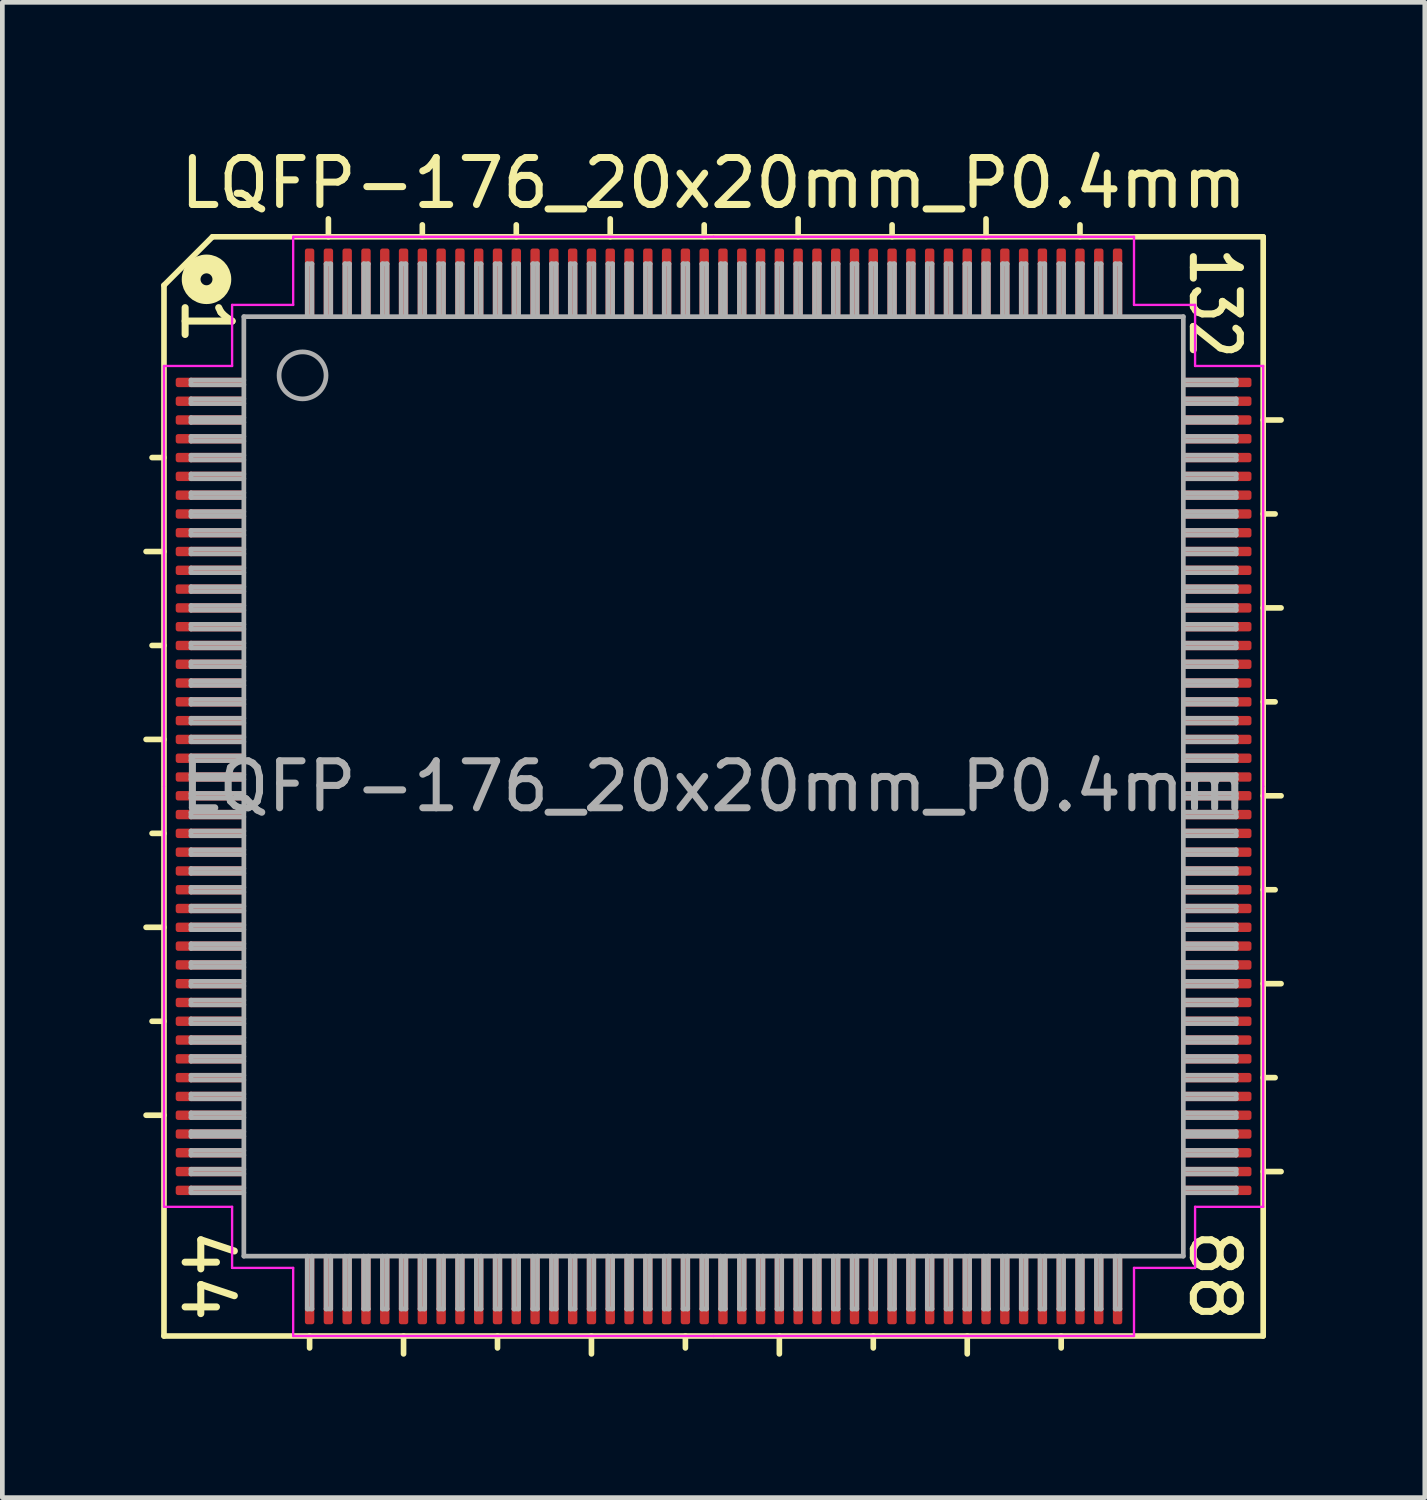
<source format=kicad_pcb>
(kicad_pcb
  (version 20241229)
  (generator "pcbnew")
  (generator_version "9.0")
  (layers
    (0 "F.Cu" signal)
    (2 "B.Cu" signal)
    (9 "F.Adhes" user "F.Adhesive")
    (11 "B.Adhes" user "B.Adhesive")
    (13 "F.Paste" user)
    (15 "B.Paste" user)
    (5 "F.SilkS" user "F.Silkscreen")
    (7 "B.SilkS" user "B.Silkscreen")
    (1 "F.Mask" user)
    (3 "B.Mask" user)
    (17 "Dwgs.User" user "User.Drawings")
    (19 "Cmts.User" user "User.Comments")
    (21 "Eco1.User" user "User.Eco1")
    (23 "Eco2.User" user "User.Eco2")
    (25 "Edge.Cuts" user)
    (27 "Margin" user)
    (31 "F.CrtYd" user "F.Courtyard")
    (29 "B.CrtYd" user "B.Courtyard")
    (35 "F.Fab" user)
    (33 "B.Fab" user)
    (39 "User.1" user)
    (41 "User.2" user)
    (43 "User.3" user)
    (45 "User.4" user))
  (footprint "LQFP-176_20x20mm_P0.4mm"
    (layer "F.Cu")
    (at 12.141 13.691)
    (property "Reference" "LQFP-176_20x20mm_P0.4mm" (at 0 -12.843 0) (layer "F.SilkS") (effects (font (size 1 1) (thickness 0.15))))
    (attr smd)
    (fp_line (start -11.7 -10.668) (end -11.7 11.7) (stroke (width 0.12) (type solid)) (layer "F.SilkS"))
    (fp_line (start -11.7 -7) (end -11.954 -7) (stroke (width 0.12) (type solid)) (layer "F.SilkS"))
    (fp_line (start -11.7 -5) (end -12.081 -5) (stroke (width 0.12) (type solid)) (layer "F.SilkS"))
    (fp_line (start -11.7 -3) (end -11.954 -3) (stroke (width 0.12) (type solid)) (layer "F.SilkS"))
    (fp_line (start -11.7 -1) (end -12.081 -1) (stroke (width 0.12) (type solid)) (layer "F.SilkS"))
    (fp_line (start -11.7 1) (end -11.954 1) (stroke (width 0.12) (type solid)) (layer "F.SilkS"))
    (fp_line (start -11.7 3) (end -12.081 3) (stroke (width 0.12) (type solid)) (layer "F.SilkS"))
    (fp_line (start -11.7 5) (end -11.954 5) (stroke (width 0.12) (type solid)) (layer "F.SilkS"))
    (fp_line (start -11.7 7) (end -12.081 7) (stroke (width 0.12) (type solid)) (layer "F.SilkS"))
    (fp_line (start -11.7 11.7) (end 11.7 11.7) (stroke (width 0.12) (type solid)) (layer "F.SilkS"))
    (fp_line (start -10.668 -11.7) (end -11.7 -10.668) (stroke (width 0.12) (type solid)) (layer "F.SilkS"))
    (fp_line (start -8.6 11.954) (end -8.6 11.7) (stroke (width 0.12) (type solid)) (layer "F.SilkS"))
    (fp_line (start -8.2 -11.7) (end -8.2 -12.081) (stroke (width 0.12) (type solid)) (layer "F.SilkS"))
    (fp_line (start -6.6 12.081) (end -6.6 11.7) (stroke (width 0.12) (type solid)) (layer "F.SilkS"))
    (fp_line (start -6.2 -11.7) (end -6.2 -11.954) (stroke (width 0.12) (type solid)) (layer "F.SilkS"))
    (fp_line (start -4.6 11.954) (end -4.6 11.7) (stroke (width 0.12) (type solid)) (layer "F.SilkS"))
    (fp_line (start -4.2 -11.7) (end -4.2 -11.954) (stroke (width 0.12) (type solid)) (layer "F.SilkS"))
    (fp_line (start -2.6 12.081) (end -2.6 11.7) (stroke (width 0.12) (type solid)) (layer "F.SilkS"))
    (fp_line (start -2.2 -11.7) (end -2.2 -12.081) (stroke (width 0.12) (type solid)) (layer "F.SilkS"))
    (fp_line (start -0.6 11.954) (end -0.6 11.7) (stroke (width 0.12) (type solid)) (layer "F.SilkS"))
    (fp_line (start -0.2 -11.7) (end -0.2 -11.954) (stroke (width 0.12) (type solid)) (layer "F.SilkS"))
    (fp_line (start 1.4 12.081) (end 1.4 11.7) (stroke (width 0.12) (type solid)) (layer "F.SilkS"))
    (fp_line (start 1.8 -11.7) (end 1.8 -12.081) (stroke (width 0.12) (type solid)) (layer "F.SilkS"))
    (fp_line (start 3.4 11.954) (end 3.4 11.7) (stroke (width 0.12) (type solid)) (layer "F.SilkS"))
    (fp_line (start 3.8 -11.7) (end 3.8 -11.954) (stroke (width 0.12) (type solid)) (layer "F.SilkS"))
    (fp_line (start 5.4 12.081) (end 5.4 11.7) (stroke (width 0.12) (type solid)) (layer "F.SilkS"))
    (fp_line (start 5.8 -11.7) (end 5.8 -12.081) (stroke (width 0.12) (type solid)) (layer "F.SilkS"))
    (fp_line (start 7.4 11.954) (end 7.4 11.7) (stroke (width 0.12) (type solid)) (layer "F.SilkS"))
    (fp_line (start 7.8 -11.7) (end 7.8 -11.954) (stroke (width 0.12) (type solid)) (layer "F.SilkS"))
    (fp_line (start 11.7 -11.7) (end -10.668 -11.7) (stroke (width 0.12) (type solid)) (layer "F.SilkS"))
    (fp_line (start 11.7 -7.8) (end 12.081 -7.8) (stroke (width 0.12) (type solid)) (layer "F.SilkS"))
    (fp_line (start 11.7 -5.8) (end 11.954 -5.8) (stroke (width 0.12) (type solid)) (layer "F.SilkS"))
    (fp_line (start 11.7 -3.8) (end 12.081 -3.8) (stroke (width 0.12) (type solid)) (layer "F.SilkS"))
    (fp_line (start 11.7 -1.8) (end 11.954 -1.8) (stroke (width 0.12) (type solid)) (layer "F.SilkS"))
    (fp_line (start 11.7 0.2) (end 12.081 0.2) (stroke (width 0.12) (type solid)) (layer "F.SilkS"))
    (fp_line (start 11.7 2.2) (end 11.954 2.2) (stroke (width 0.12) (type solid)) (layer "F.SilkS"))
    (fp_line (start 11.7 4.2) (end 12.081 4.2) (stroke (width 0.12) (type solid)) (layer "F.SilkS"))
    (fp_line (start 11.7 6.2) (end 11.954 6.2) (stroke (width 0.12) (type solid)) (layer "F.SilkS"))
    (fp_line (start 11.7 8.2) (end 12.081 8.2) (stroke (width 0.12) (type solid)) (layer "F.SilkS"))
    (fp_line (start 11.7 11.7) (end 11.7 -11.7) (stroke (width 0.12) (type solid)) (layer "F.SilkS"))
    (fp_circle (center -10.795 -10.795) (end -10.668 -10.795) (stroke (width 0.4) (type solid)) (fill no) (layer "F.SilkS"))
    (fp_line (start -11.7 -8.95) (end -11.7 0) (stroke (width 0.05) (type solid)) (layer "F.CrtYd"))
    (fp_line (start -11.7 8.95) (end -11.7 0) (stroke (width 0.05) (type solid)) (layer "F.CrtYd"))
    (fp_line (start -10.25 -10.25) (end -10.25 -8.95) (stroke (width 0.05) (type solid)) (layer "F.CrtYd"))
    (fp_line (start -10.25 -8.95) (end -11.7 -8.95) (stroke (width 0.05) (type solid)) (layer "F.CrtYd"))
    (fp_line (start -10.25 8.95) (end -11.7 8.95) (stroke (width 0.05) (type solid)) (layer "F.CrtYd"))
    (fp_line (start -10.25 10.25) (end -10.25 8.95) (stroke (width 0.05) (type solid)) (layer "F.CrtYd"))
    (fp_line (start -8.95 -11.7) (end -8.95 -10.25) (stroke (width 0.05) (type solid)) (layer "F.CrtYd"))
    (fp_line (start -8.95 -10.25) (end -10.25 -10.25) (stroke (width 0.05) (type solid)) (layer "F.CrtYd"))
    (fp_line (start -8.95 10.25) (end -10.25 10.25) (stroke (width 0.05) (type solid)) (layer "F.CrtYd"))
    (fp_line (start -8.95 11.7) (end -8.95 10.25) (stroke (width 0.05) (type solid)) (layer "F.CrtYd"))
    (fp_line (start 0 -11.7) (end -8.95 -11.7) (stroke (width 0.05) (type solid)) (layer "F.CrtYd"))
    (fp_line (start 0 -11.7) (end 8.95 -11.7) (stroke (width 0.05) (type solid)) (layer "F.CrtYd"))
    (fp_line (start 0 11.7) (end -8.95 11.7) (stroke (width 0.05) (type solid)) (layer "F.CrtYd"))
    (fp_line (start 0 11.7) (end 8.95 11.7) (stroke (width 0.05) (type solid)) (layer "F.CrtYd"))
    (fp_line (start 8.95 -11.7) (end 8.95 -10.25) (stroke (width 0.05) (type solid)) (layer "F.CrtYd"))
    (fp_line (start 8.95 -10.25) (end 10.25 -10.25) (stroke (width 0.05) (type solid)) (layer "F.CrtYd"))
    (fp_line (start 8.95 10.25) (end 10.25 10.25) (stroke (width 0.05) (type solid)) (layer "F.CrtYd"))
    (fp_line (start 8.95 11.7) (end 8.95 10.25) (stroke (width 0.05) (type solid)) (layer "F.CrtYd"))
    (fp_line (start 10.25 -10.25) (end 10.25 -8.95) (stroke (width 0.05) (type solid)) (layer "F.CrtYd"))
    (fp_line (start 10.25 -8.95) (end 11.7 -8.95) (stroke (width 0.05) (type solid)) (layer "F.CrtYd"))
    (fp_line (start 10.25 8.95) (end 11.7 8.95) (stroke (width 0.05) (type solid)) (layer "F.CrtYd"))
    (fp_line (start 10.25 10.25) (end 10.25 8.95) (stroke (width 0.05) (type solid)) (layer "F.CrtYd"))
    (fp_line (start 11.7 -8.95) (end 11.7 0) (stroke (width 0.05) (type solid)) (layer "F.CrtYd"))
    (fp_line (start 11.7 8.95) (end 11.7 0) (stroke (width 0.05) (type solid)) (layer "F.CrtYd"))
    (fp_line (start -11.125 -8.65) (end -11.125 -8.55) (stroke (width 0.1) (type solid)) (layer "F.Fab"))
    (fp_line (start -11.125 -8.65) (end -10 -8.65) (stroke (width 0.1) (type solid)) (layer "F.Fab"))
    (fp_line (start -11.125 -8.55) (end -10 -8.55) (stroke (width 0.1) (type solid)) (layer "F.Fab"))
    (fp_line (start -11.125 -8.25) (end -11.125 -8.15) (stroke (width 0.1) (type solid)) (layer "F.Fab"))
    (fp_line (start -11.125 -8.25) (end -10 -8.25) (stroke (width 0.1) (type solid)) (layer "F.Fab"))
    (fp_line (start -11.125 -8.15) (end -10 -8.15) (stroke (width 0.1) (type solid)) (layer "F.Fab"))
    (fp_line (start -11.125 -7.85) (end -11.125 -7.75) (stroke (width 0.1) (type solid)) (layer "F.Fab"))
    (fp_line (start -11.125 -7.85) (end -10 -7.85) (stroke (width 0.1) (type solid)) (layer "F.Fab"))
    (fp_line (start -11.125 -7.75) (end -10 -7.75) (stroke (width 0.1) (type solid)) (layer "F.Fab"))
    (fp_line (start -11.125 -7.45) (end -11.125 -7.35) (stroke (width 0.1) (type solid)) (layer "F.Fab"))
    (fp_line (start -11.125 -7.45) (end -10 -7.45) (stroke (width 0.1) (type solid)) (layer "F.Fab"))
    (fp_line (start -11.125 -7.35) (end -10 -7.35) (stroke (width 0.1) (type solid)) (layer "F.Fab"))
    (fp_line (start -11.125 -7.05) (end -11.125 -6.95) (stroke (width 0.1) (type solid)) (layer "F.Fab"))
    (fp_line (start -11.125 -7.05) (end -10 -7.05) (stroke (width 0.1) (type solid)) (layer "F.Fab"))
    (fp_line (start -11.125 -6.95) (end -10 -6.95) (stroke (width 0.1) (type solid)) (layer "F.Fab"))
    (fp_line (start -11.125 -6.65) (end -11.125 -6.55) (stroke (width 0.1) (type solid)) (layer "F.Fab"))
    (fp_line (start -11.125 -6.65) (end -10 -6.65) (stroke (width 0.1) (type solid)) (layer "F.Fab"))
    (fp_line (start -11.125 -6.55) (end -10 -6.55) (stroke (width 0.1) (type solid)) (layer "F.Fab"))
    (fp_line (start -11.125 -6.25) (end -11.125 -6.15) (stroke (width 0.1) (type solid)) (layer "F.Fab"))
    (fp_line (start -11.125 -6.25) (end -10 -6.25) (stroke (width 0.1) (type solid)) (layer "F.Fab"))
    (fp_line (start -11.125 -6.15) (end -10 -6.15) (stroke (width 0.1) (type solid)) (layer "F.Fab"))
    (fp_line (start -11.125 -5.85) (end -11.125 -5.75) (stroke (width 0.1) (type solid)) (layer "F.Fab"))
    (fp_line (start -11.125 -5.85) (end -10 -5.85) (stroke (width 0.1) (type solid)) (layer "F.Fab"))
    (fp_line (start -11.125 -5.75) (end -10 -5.75) (stroke (width 0.1) (type solid)) (layer "F.Fab"))
    (fp_line (start -11.125 -5.45) (end -11.125 -5.35) (stroke (width 0.1) (type solid)) (layer "F.Fab"))
    (fp_line (start -11.125 -5.45) (end -10 -5.45) (stroke (width 0.1) (type solid)) (layer "F.Fab"))
    (fp_line (start -11.125 -5.35) (end -10 -5.35) (stroke (width 0.1) (type solid)) (layer "F.Fab"))
    (fp_line (start -11.125 -5.05) (end -11.125 -4.95) (stroke (width 0.1) (type solid)) (layer "F.Fab"))
    (fp_line (start -11.125 -5.05) (end -10 -5.05) (stroke (width 0.1) (type solid)) (layer "F.Fab"))
    (fp_line (start -11.125 -4.95) (end -10 -4.95) (stroke (width 0.1) (type solid)) (layer "F.Fab"))
    (fp_line (start -11.125 -4.65) (end -11.125 -4.55) (stroke (width 0.1) (type solid)) (layer "F.Fab"))
    (fp_line (start -11.125 -4.65) (end -10 -4.65) (stroke (width 0.1) (type solid)) (layer "F.Fab"))
    (fp_line (start -11.125 -4.55) (end -10 -4.55) (stroke (width 0.1) (type solid)) (layer "F.Fab"))
    (fp_line (start -11.125 -4.25) (end -11.125 -4.15) (stroke (width 0.1) (type solid)) (layer "F.Fab"))
    (fp_line (start -11.125 -4.25) (end -10 -4.25) (stroke (width 0.1) (type solid)) (layer "F.Fab"))
    (fp_line (start -11.125 -4.15) (end -10 -4.15) (stroke (width 0.1) (type solid)) (layer "F.Fab"))
    (fp_line (start -11.125 -3.85) (end -11.125 -3.75) (stroke (width 0.1) (type solid)) (layer "F.Fab"))
    (fp_line (start -11.125 -3.85) (end -10 -3.85) (stroke (width 0.1) (type solid)) (layer "F.Fab"))
    (fp_line (start -11.125 -3.75) (end -10 -3.75) (stroke (width 0.1) (type solid)) (layer "F.Fab"))
    (fp_line (start -11.125 -3.45) (end -11.125 -3.35) (stroke (width 0.1) (type solid)) (layer "F.Fab"))
    (fp_line (start -11.125 -3.45) (end -10 -3.45) (stroke (width 0.1) (type solid)) (layer "F.Fab"))
    (fp_line (start -11.125 -3.35) (end -10 -3.35) (stroke (width 0.1) (type solid)) (layer "F.Fab"))
    (fp_line (start -11.125 -3.05) (end -11.125 -2.95) (stroke (width 0.1) (type solid)) (layer "F.Fab"))
    (fp_line (start -11.125 -3.05) (end -10 -3.05) (stroke (width 0.1) (type solid)) (layer "F.Fab"))
    (fp_line (start -11.125 -2.95) (end -10 -2.95) (stroke (width 0.1) (type solid)) (layer "F.Fab"))
    (fp_line (start -11.125 -2.65) (end -11.125 -2.55) (stroke (width 0.1) (type solid)) (layer "F.Fab"))
    (fp_line (start -11.125 -2.65) (end -10 -2.65) (stroke (width 0.1) (type solid)) (layer "F.Fab"))
    (fp_line (start -11.125 -2.55) (end -10 -2.55) (stroke (width 0.1) (type solid)) (layer "F.Fab"))
    (fp_line (start -11.125 -2.25) (end -11.125 -2.15) (stroke (width 0.1) (type solid)) (layer "F.Fab"))
    (fp_line (start -11.125 -2.25) (end -10 -2.25) (stroke (width 0.1) (type solid)) (layer "F.Fab"))
    (fp_line (start -11.125 -2.15) (end -10 -2.15) (stroke (width 0.1) (type solid)) (layer "F.Fab"))
    (fp_line (start -11.125 -1.85) (end -11.125 -1.75) (stroke (width 0.1) (type solid)) (layer "F.Fab"))
    (fp_line (start -11.125 -1.85) (end -10 -1.85) (stroke (width 0.1) (type solid)) (layer "F.Fab"))
    (fp_line (start -11.125 -1.75) (end -10 -1.75) (stroke (width 0.1) (type solid)) (layer "F.Fab"))
    (fp_line (start -11.125 -1.45) (end -11.125 -1.35) (stroke (width 0.1) (type solid)) (layer "F.Fab"))
    (fp_line (start -11.125 -1.45) (end -10 -1.45) (stroke (width 0.1) (type solid)) (layer "F.Fab"))
    (fp_line (start -11.125 -1.35) (end -10 -1.35) (stroke (width 0.1) (type solid)) (layer "F.Fab"))
    (fp_line (start -11.125 -1.05) (end -11.125 -0.95) (stroke (width 0.1) (type solid)) (layer "F.Fab"))
    (fp_line (start -11.125 -1.05) (end -10 -1.05) (stroke (width 0.1) (type solid)) (layer "F.Fab"))
    (fp_line (start -11.125 -0.95) (end -10 -0.95) (stroke (width 0.1) (type solid)) (layer "F.Fab"))
    (fp_line (start -11.125 -0.65) (end -11.125 -0.55) (stroke (width 0.1) (type solid)) (layer "F.Fab"))
    (fp_line (start -11.125 -0.65) (end -10 -0.65) (stroke (width 0.1) (type solid)) (layer "F.Fab"))
    (fp_line (start -11.125 -0.55) (end -10 -0.55) (stroke (width 0.1) (type solid)) (layer "F.Fab"))
    (fp_line (start -11.125 -0.25) (end -11.125 -0.15) (stroke (width 0.1) (type solid)) (layer "F.Fab"))
    (fp_line (start -11.125 -0.25) (end -10 -0.25) (stroke (width 0.1) (type solid)) (layer "F.Fab"))
    (fp_line (start -11.125 -0.15) (end -10 -0.15) (stroke (width 0.1) (type solid)) (layer "F.Fab"))
    (fp_line (start -11.125 0.15) (end -11.125 0.25) (stroke (width 0.1) (type solid)) (layer "F.Fab"))
    (fp_line (start -11.125 0.15) (end -10 0.15) (stroke (width 0.1) (type solid)) (layer "F.Fab"))
    (fp_line (start -11.125 0.25) (end -10 0.25) (stroke (width 0.1) (type solid)) (layer "F.Fab"))
    (fp_line (start -11.125 0.55) (end -11.125 0.65) (stroke (width 0.1) (type solid)) (layer "F.Fab"))
    (fp_line (start -11.125 0.55) (end -10 0.55) (stroke (width 0.1) (type solid)) (layer "F.Fab"))
    (fp_line (start -11.125 0.65) (end -10 0.65) (stroke (width 0.1) (type solid)) (layer "F.Fab"))
    (fp_line (start -11.125 0.95) (end -11.125 1.05) (stroke (width 0.1) (type solid)) (layer "F.Fab"))
    (fp_line (start -11.125 0.95) (end -10 0.95) (stroke (width 0.1) (type solid)) (layer "F.Fab"))
    (fp_line (start -11.125 1.05) (end -10 1.05) (stroke (width 0.1) (type solid)) (layer "F.Fab"))
    (fp_line (start -11.125 1.35) (end -11.125 1.45) (stroke (width 0.1) (type solid)) (layer "F.Fab"))
    (fp_line (start -11.125 1.35) (end -10 1.35) (stroke (width 0.1) (type solid)) (layer "F.Fab"))
    (fp_line (start -11.125 1.45) (end -10 1.45) (stroke (width 0.1) (type solid)) (layer "F.Fab"))
    (fp_line (start -11.125 1.75) (end -11.125 1.85) (stroke (width 0.1) (type solid)) (layer "F.Fab"))
    (fp_line (start -11.125 1.75) (end -10 1.75) (stroke (width 0.1) (type solid)) (layer "F.Fab"))
    (fp_line (start -11.125 1.85) (end -10 1.85) (stroke (width 0.1) (type solid)) (layer "F.Fab"))
    (fp_line (start -11.125 2.15) (end -11.125 2.25) (stroke (width 0.1) (type solid)) (layer "F.Fab"))
    (fp_line (start -11.125 2.15) (end -10 2.15) (stroke (width 0.1) (type solid)) (layer "F.Fab"))
    (fp_line (start -11.125 2.25) (end -10 2.25) (stroke (width 0.1) (type solid)) (layer "F.Fab"))
    (fp_line (start -11.125 2.55) (end -11.125 2.65) (stroke (width 0.1) (type solid)) (layer "F.Fab"))
    (fp_line (start -11.125 2.55) (end -10 2.55) (stroke (width 0.1) (type solid)) (layer "F.Fab"))
    (fp_line (start -11.125 2.65) (end -10 2.65) (stroke (width 0.1) (type solid)) (layer "F.Fab"))
    (fp_line (start -11.125 2.95) (end -11.125 3.05) (stroke (width 0.1) (type solid)) (layer "F.Fab"))
    (fp_line (start -11.125 2.95) (end -10 2.95) (stroke (width 0.1) (type solid)) (layer "F.Fab"))
    (fp_line (start -11.125 3.05) (end -10 3.05) (stroke (width 0.1) (type solid)) (layer "F.Fab"))
    (fp_line (start -11.125 3.35) (end -11.125 3.45) (stroke (width 0.1) (type solid)) (layer "F.Fab"))
    (fp_line (start -11.125 3.35) (end -10 3.35) (stroke (width 0.1) (type solid)) (layer "F.Fab"))
    (fp_line (start -11.125 3.45) (end -10 3.45) (stroke (width 0.1) (type solid)) (layer "F.Fab"))
    (fp_line (start -11.125 3.75) (end -11.125 3.85) (stroke (width 0.1) (type solid)) (layer "F.Fab"))
    (fp_line (start -11.125 3.75) (end -10 3.75) (stroke (width 0.1) (type solid)) (layer "F.Fab"))
    (fp_line (start -11.125 3.85) (end -10 3.85) (stroke (width 0.1) (type solid)) (layer "F.Fab"))
    (fp_line (start -11.125 4.15) (end -11.125 4.25) (stroke (width 0.1) (type solid)) (layer "F.Fab"))
    (fp_line (start -11.125 4.15) (end -10 4.15) (stroke (width 0.1) (type solid)) (layer "F.Fab"))
    (fp_line (start -11.125 4.25) (end -10 4.25) (stroke (width 0.1) (type solid)) (layer "F.Fab"))
    (fp_line (start -11.125 4.55) (end -11.125 4.65) (stroke (width 0.1) (type solid)) (layer "F.Fab"))
    (fp_line (start -11.125 4.55) (end -10 4.55) (stroke (width 0.1) (type solid)) (layer "F.Fab"))
    (fp_line (start -11.125 4.65) (end -10 4.65) (stroke (width 0.1) (type solid)) (layer "F.Fab"))
    (fp_line (start -11.125 4.95) (end -11.125 5.05) (stroke (width 0.1) (type solid)) (layer "F.Fab"))
    (fp_line (start -11.125 4.95) (end -10 4.95) (stroke (width 0.1) (type solid)) (layer "F.Fab"))
    (fp_line (start -11.125 5.05) (end -10 5.05) (stroke (width 0.1) (type solid)) (layer "F.Fab"))
    (fp_line (start -11.125 5.35) (end -11.125 5.45) (stroke (width 0.1) (type solid)) (layer "F.Fab"))
    (fp_line (start -11.125 5.35) (end -10 5.35) (stroke (width 0.1) (type solid)) (layer "F.Fab"))
    (fp_line (start -11.125 5.45) (end -10 5.45) (stroke (width 0.1) (type solid)) (layer "F.Fab"))
    (fp_line (start -11.125 5.75) (end -11.125 5.85) (stroke (width 0.1) (type solid)) (layer "F.Fab"))
    (fp_line (start -11.125 5.75) (end -10 5.75) (stroke (width 0.1) (type solid)) (layer "F.Fab"))
    (fp_line (start -11.125 5.85) (end -10 5.85) (stroke (width 0.1) (type solid)) (layer "F.Fab"))
    (fp_line (start -11.125 6.15) (end -11.125 6.25) (stroke (width 0.1) (type solid)) (layer "F.Fab"))
    (fp_line (start -11.125 6.15) (end -10 6.15) (stroke (width 0.1) (type solid)) (layer "F.Fab"))
    (fp_line (start -11.125 6.25) (end -10 6.25) (stroke (width 0.1) (type solid)) (layer "F.Fab"))
    (fp_line (start -11.125 6.55) (end -11.125 6.65) (stroke (width 0.1) (type solid)) (layer "F.Fab"))
    (fp_line (start -11.125 6.55) (end -10 6.55) (stroke (width 0.1) (type solid)) (layer "F.Fab"))
    (fp_line (start -11.125 6.65) (end -10 6.65) (stroke (width 0.1) (type solid)) (layer "F.Fab"))
    (fp_line (start -11.125 6.95) (end -11.125 7.05) (stroke (width 0.1) (type solid)) (layer "F.Fab"))
    (fp_line (start -11.125 6.95) (end -10 6.95) (stroke (width 0.1) (type solid)) (layer "F.Fab"))
    (fp_line (start -11.125 7.05) (end -10 7.05) (stroke (width 0.1) (type solid)) (layer "F.Fab"))
    (fp_line (start -11.125 7.35) (end -11.125 7.45) (stroke (width 0.1) (type solid)) (layer "F.Fab"))
    (fp_line (start -11.125 7.35) (end -10 7.35) (stroke (width 0.1) (type solid)) (layer "F.Fab"))
    (fp_line (start -11.125 7.45) (end -10 7.45) (stroke (width 0.1) (type solid)) (layer "F.Fab"))
    (fp_line (start -11.125 7.75) (end -11.125 7.85) (stroke (width 0.1) (type solid)) (layer "F.Fab"))
    (fp_line (start -11.125 7.75) (end -10 7.75) (stroke (width 0.1) (type solid)) (layer "F.Fab"))
    (fp_line (start -11.125 7.85) (end -10 7.85) (stroke (width 0.1) (type solid)) (layer "F.Fab"))
    (fp_line (start -11.125 8.15) (end -11.125 8.25) (stroke (width 0.1) (type solid)) (layer "F.Fab"))
    (fp_line (start -11.125 8.15) (end -10 8.15) (stroke (width 0.1) (type solid)) (layer "F.Fab"))
    (fp_line (start -11.125 8.25) (end -10 8.25) (stroke (width 0.1) (type solid)) (layer "F.Fab"))
    (fp_line (start -11.125 8.55) (end -11.125 8.65) (stroke (width 0.1) (type solid)) (layer "F.Fab"))
    (fp_line (start -11.125 8.55) (end -10 8.55) (stroke (width 0.1) (type solid)) (layer "F.Fab"))
    (fp_line (start -11.125 8.65) (end -10 8.65) (stroke (width 0.1) (type solid)) (layer "F.Fab"))
    (fp_line (start -10 -10) (end 10 -10) (stroke (width 0.1) (type solid)) (layer "F.Fab"))
    (fp_line (start -10 10) (end -10 -10) (stroke (width 0.1) (type solid)) (layer "F.Fab"))
    (fp_line (start -8.65 -11.125) (end -8.65 -10) (stroke (width 0.1) (type solid)) (layer "F.Fab"))
    (fp_line (start -8.65 11.125) (end -8.65 10) (stroke (width 0.1) (type solid)) (layer "F.Fab"))
    (fp_line (start -8.65 11.125) (end -8.55 11.125) (stroke (width 0.1) (type solid)) (layer "F.Fab"))
    (fp_line (start -8.55 -11.125) (end -8.65 -11.125) (stroke (width 0.1) (type solid)) (layer "F.Fab"))
    (fp_line (start -8.55 -11.125) (end -8.55 -10) (stroke (width 0.1) (type solid)) (layer "F.Fab"))
    (fp_line (start -8.55 11.125) (end -8.55 10) (stroke (width 0.1) (type solid)) (layer "F.Fab"))
    (fp_line (start -8.25 -11.125) (end -8.25 -10) (stroke (width 0.1) (type solid)) (layer "F.Fab"))
    (fp_line (start -8.25 11.125) (end -8.25 10) (stroke (width 0.1) (type solid)) (layer "F.Fab"))
    (fp_line (start -8.25 11.125) (end -8.15 11.125) (stroke (width 0.1) (type solid)) (layer "F.Fab"))
    (fp_line (start -8.15 -11.125) (end -8.25 -11.125) (stroke (width 0.1) (type solid)) (layer "F.Fab"))
    (fp_line (start -8.15 -11.125) (end -8.15 -10) (stroke (width 0.1) (type solid)) (layer "F.Fab"))
    (fp_line (start -8.15 11.125) (end -8.15 10) (stroke (width 0.1) (type solid)) (layer "F.Fab"))
    (fp_line (start -7.85 -11.125) (end -7.85 -10) (stroke (width 0.1) (type solid)) (layer "F.Fab"))
    (fp_line (start -7.85 11.125) (end -7.85 10) (stroke (width 0.1) (type solid)) (layer "F.Fab"))
    (fp_line (start -7.85 11.125) (end -7.75 11.125) (stroke (width 0.1) (type solid)) (layer "F.Fab"))
    (fp_line (start -7.75 -11.125) (end -7.85 -11.125) (stroke (width 0.1) (type solid)) (layer "F.Fab"))
    (fp_line (start -7.75 -11.125) (end -7.75 -10) (stroke (width 0.1) (type solid)) (layer "F.Fab"))
    (fp_line (start -7.75 11.125) (end -7.75 10) (stroke (width 0.1) (type solid)) (layer "F.Fab"))
    (fp_line (start -7.45 -11.125) (end -7.45 -10) (stroke (width 0.1) (type solid)) (layer "F.Fab"))
    (fp_line (start -7.45 11.125) (end -7.45 10) (stroke (width 0.1) (type solid)) (layer "F.Fab"))
    (fp_line (start -7.45 11.125) (end -7.35 11.125) (stroke (width 0.1) (type solid)) (layer "F.Fab"))
    (fp_line (start -7.35 -11.125) (end -7.45 -11.125) (stroke (width 0.1) (type solid)) (layer "F.Fab"))
    (fp_line (start -7.35 -11.125) (end -7.35 -10) (stroke (width 0.1) (type solid)) (layer "F.Fab"))
    (fp_line (start -7.35 11.125) (end -7.35 10) (stroke (width 0.1) (type solid)) (layer "F.Fab"))
    (fp_line (start -7.05 -11.125) (end -7.05 -10) (stroke (width 0.1) (type solid)) (layer "F.Fab"))
    (fp_line (start -7.05 11.125) (end -7.05 10) (stroke (width 0.1) (type solid)) (layer "F.Fab"))
    (fp_line (start -7.05 11.125) (end -6.95 11.125) (stroke (width 0.1) (type solid)) (layer "F.Fab"))
    (fp_line (start -6.95 -11.125) (end -7.05 -11.125) (stroke (width 0.1) (type solid)) (layer "F.Fab"))
    (fp_line (start -6.95 -11.125) (end -6.95 -10) (stroke (width 0.1) (type solid)) (layer "F.Fab"))
    (fp_line (start -6.95 11.125) (end -6.95 10) (stroke (width 0.1) (type solid)) (layer "F.Fab"))
    (fp_line (start -6.65 -11.125) (end -6.65 -10) (stroke (width 0.1) (type solid)) (layer "F.Fab"))
    (fp_line (start -6.65 11.125) (end -6.65 10) (stroke (width 0.1) (type solid)) (layer "F.Fab"))
    (fp_line (start -6.65 11.125) (end -6.55 11.125) (stroke (width 0.1) (type solid)) (layer "F.Fab"))
    (fp_line (start -6.55 -11.125) (end -6.65 -11.125) (stroke (width 0.1) (type solid)) (layer "F.Fab"))
    (fp_line (start -6.55 -11.125) (end -6.55 -10) (stroke (width 0.1) (type solid)) (layer "F.Fab"))
    (fp_line (start -6.55 11.125) (end -6.55 10) (stroke (width 0.1) (type solid)) (layer "F.Fab"))
    (fp_line (start -6.25 -11.125) (end -6.25 -10) (stroke (width 0.1) (type solid)) (layer "F.Fab"))
    (fp_line (start -6.25 11.125) (end -6.25 10) (stroke (width 0.1) (type solid)) (layer "F.Fab"))
    (fp_line (start -6.25 11.125) (end -6.15 11.125) (stroke (width 0.1) (type solid)) (layer "F.Fab"))
    (fp_line (start -6.15 -11.125) (end -6.25 -11.125) (stroke (width 0.1) (type solid)) (layer "F.Fab"))
    (fp_line (start -6.15 -11.125) (end -6.15 -10) (stroke (width 0.1) (type solid)) (layer "F.Fab"))
    (fp_line (start -6.15 11.125) (end -6.15 10) (stroke (width 0.1) (type solid)) (layer "F.Fab"))
    (fp_line (start -5.85 -11.125) (end -5.85 -10) (stroke (width 0.1) (type solid)) (layer "F.Fab"))
    (fp_line (start -5.85 11.125) (end -5.85 10) (stroke (width 0.1) (type solid)) (layer "F.Fab"))
    (fp_line (start -5.85 11.125) (end -5.75 11.125) (stroke (width 0.1) (type solid)) (layer "F.Fab"))
    (fp_line (start -5.75 -11.125) (end -5.85 -11.125) (stroke (width 0.1) (type solid)) (layer "F.Fab"))
    (fp_line (start -5.75 -11.125) (end -5.75 -10) (stroke (width 0.1) (type solid)) (layer "F.Fab"))
    (fp_line (start -5.75 11.125) (end -5.75 10) (stroke (width 0.1) (type solid)) (layer "F.Fab"))
    (fp_line (start -5.45 -11.125) (end -5.45 -10) (stroke (width 0.1) (type solid)) (layer "F.Fab"))
    (fp_line (start -5.45 11.125) (end -5.45 10) (stroke (width 0.1) (type solid)) (layer "F.Fab"))
    (fp_line (start -5.45 11.125) (end -5.35 11.125) (stroke (width 0.1) (type solid)) (layer "F.Fab"))
    (fp_line (start -5.35 -11.125) (end -5.45 -11.125) (stroke (width 0.1) (type solid)) (layer "F.Fab"))
    (fp_line (start -5.35 -11.125) (end -5.35 -10) (stroke (width 0.1) (type solid)) (layer "F.Fab"))
    (fp_line (start -5.35 11.125) (end -5.35 10) (stroke (width 0.1) (type solid)) (layer "F.Fab"))
    (fp_line (start -5.05 -11.125) (end -5.05 -10) (stroke (width 0.1) (type solid)) (layer "F.Fab"))
    (fp_line (start -5.05 11.125) (end -5.05 10) (stroke (width 0.1) (type solid)) (layer "F.Fab"))
    (fp_line (start -5.05 11.125) (end -4.95 11.125) (stroke (width 0.1) (type solid)) (layer "F.Fab"))
    (fp_line (start -4.95 -11.125) (end -5.05 -11.125) (stroke (width 0.1) (type solid)) (layer "F.Fab"))
    (fp_line (start -4.95 -11.125) (end -4.95 -10) (stroke (width 0.1) (type solid)) (layer "F.Fab"))
    (fp_line (start -4.95 11.125) (end -4.95 10) (stroke (width 0.1) (type solid)) (layer "F.Fab"))
    (fp_line (start -4.65 -11.125) (end -4.65 -10) (stroke (width 0.1) (type solid)) (layer "F.Fab"))
    (fp_line (start -4.65 11.125) (end -4.65 10) (stroke (width 0.1) (type solid)) (layer "F.Fab"))
    (fp_line (start -4.65 11.125) (end -4.55 11.125) (stroke (width 0.1) (type solid)) (layer "F.Fab"))
    (fp_line (start -4.55 -11.125) (end -4.65 -11.125) (stroke (width 0.1) (type solid)) (layer "F.Fab"))
    (fp_line (start -4.55 -11.125) (end -4.55 -10) (stroke (width 0.1) (type solid)) (layer "F.Fab"))
    (fp_line (start -4.55 11.125) (end -4.55 10) (stroke (width 0.1) (type solid)) (layer "F.Fab"))
    (fp_line (start -4.25 -11.125) (end -4.25 -10) (stroke (width 0.1) (type solid)) (layer "F.Fab"))
    (fp_line (start -4.25 11.125) (end -4.25 10) (stroke (width 0.1) (type solid)) (layer "F.Fab"))
    (fp_line (start -4.25 11.125) (end -4.15 11.125) (stroke (width 0.1) (type solid)) (layer "F.Fab"))
    (fp_line (start -4.15 -11.125) (end -4.25 -11.125) (stroke (width 0.1) (type solid)) (layer "F.Fab"))
    (fp_line (start -4.15 -11.125) (end -4.15 -10) (stroke (width 0.1) (type solid)) (layer "F.Fab"))
    (fp_line (start -4.15 11.125) (end -4.15 10) (stroke (width 0.1) (type solid)) (layer "F.Fab"))
    (fp_line (start -3.85 -11.125) (end -3.85 -10) (stroke (width 0.1) (type solid)) (layer "F.Fab"))
    (fp_line (start -3.85 11.125) (end -3.85 10) (stroke (width 0.1) (type solid)) (layer "F.Fab"))
    (fp_line (start -3.85 11.125) (end -3.75 11.125) (stroke (width 0.1) (type solid)) (layer "F.Fab"))
    (fp_line (start -3.75 -11.125) (end -3.85 -11.125) (stroke (width 0.1) (type solid)) (layer "F.Fab"))
    (fp_line (start -3.75 -11.125) (end -3.75 -10) (stroke (width 0.1) (type solid)) (layer "F.Fab"))
    (fp_line (start -3.75 11.125) (end -3.75 10) (stroke (width 0.1) (type solid)) (layer "F.Fab"))
    (fp_line (start -3.45 -11.125) (end -3.45 -10) (stroke (width 0.1) (type solid)) (layer "F.Fab"))
    (fp_line (start -3.45 11.125) (end -3.45 10) (stroke (width 0.1) (type solid)) (layer "F.Fab"))
    (fp_line (start -3.45 11.125) (end -3.35 11.125) (stroke (width 0.1) (type solid)) (layer "F.Fab"))
    (fp_line (start -3.35 -11.125) (end -3.45 -11.125) (stroke (width 0.1) (type solid)) (layer "F.Fab"))
    (fp_line (start -3.35 -11.125) (end -3.35 -10) (stroke (width 0.1) (type solid)) (layer "F.Fab"))
    (fp_line (start -3.35 11.125) (end -3.35 10) (stroke (width 0.1) (type solid)) (layer "F.Fab"))
    (fp_line (start -3.05 -11.125) (end -3.05 -10) (stroke (width 0.1) (type solid)) (layer "F.Fab"))
    (fp_line (start -3.05 11.125) (end -3.05 10) (stroke (width 0.1) (type solid)) (layer "F.Fab"))
    (fp_line (start -3.05 11.125) (end -2.95 11.125) (stroke (width 0.1) (type solid)) (layer "F.Fab"))
    (fp_line (start -2.95 -11.125) (end -3.05 -11.125) (stroke (width 0.1) (type solid)) (layer "F.Fab"))
    (fp_line (start -2.95 -11.125) (end -2.95 -10) (stroke (width 0.1) (type solid)) (layer "F.Fab"))
    (fp_line (start -2.95 11.125) (end -2.95 10) (stroke (width 0.1) (type solid)) (layer "F.Fab"))
    (fp_line (start -2.65 -11.125) (end -2.65 -10) (stroke (width 0.1) (type solid)) (layer "F.Fab"))
    (fp_line (start -2.65 11.125) (end -2.65 10) (stroke (width 0.1) (type solid)) (layer "F.Fab"))
    (fp_line (start -2.65 11.125) (end -2.55 11.125) (stroke (width 0.1) (type solid)) (layer "F.Fab"))
    (fp_line (start -2.55 -11.125) (end -2.65 -11.125) (stroke (width 0.1) (type solid)) (layer "F.Fab"))
    (fp_line (start -2.55 -11.125) (end -2.55 -10) (stroke (width 0.1) (type solid)) (layer "F.Fab"))
    (fp_line (start -2.55 11.125) (end -2.55 10) (stroke (width 0.1) (type solid)) (layer "F.Fab"))
    (fp_line (start -2.25 -11.125) (end -2.25 -10) (stroke (width 0.1) (type solid)) (layer "F.Fab"))
    (fp_line (start -2.25 11.125) (end -2.25 10) (stroke (width 0.1) (type solid)) (layer "F.Fab"))
    (fp_line (start -2.25 11.125) (end -2.15 11.125) (stroke (width 0.1) (type solid)) (layer "F.Fab"))
    (fp_line (start -2.15 -11.125) (end -2.25 -11.125) (stroke (width 0.1) (type solid)) (layer "F.Fab"))
    (fp_line (start -2.15 -11.125) (end -2.15 -10) (stroke (width 0.1) (type solid)) (layer "F.Fab"))
    (fp_line (start -2.15 11.125) (end -2.15 10) (stroke (width 0.1) (type solid)) (layer "F.Fab"))
    (fp_line (start -1.85 -11.125) (end -1.85 -10) (stroke (width 0.1) (type solid)) (layer "F.Fab"))
    (fp_line (start -1.85 11.125) (end -1.85 10) (stroke (width 0.1) (type solid)) (layer "F.Fab"))
    (fp_line (start -1.85 11.125) (end -1.75 11.125) (stroke (width 0.1) (type solid)) (layer "F.Fab"))
    (fp_line (start -1.75 -11.125) (end -1.85 -11.125) (stroke (width 0.1) (type solid)) (layer "F.Fab"))
    (fp_line (start -1.75 -11.125) (end -1.75 -10) (stroke (width 0.1) (type solid)) (layer "F.Fab"))
    (fp_line (start -1.75 11.125) (end -1.75 10) (stroke (width 0.1) (type solid)) (layer "F.Fab"))
    (fp_line (start -1.45 -11.125) (end -1.45 -10) (stroke (width 0.1) (type solid)) (layer "F.Fab"))
    (fp_line (start -1.45 11.125) (end -1.45 10) (stroke (width 0.1) (type solid)) (layer "F.Fab"))
    (fp_line (start -1.45 11.125) (end -1.35 11.125) (stroke (width 0.1) (type solid)) (layer "F.Fab"))
    (fp_line (start -1.35 -11.125) (end -1.45 -11.125) (stroke (width 0.1) (type solid)) (layer "F.Fab"))
    (fp_line (start -1.35 -11.125) (end -1.35 -10) (stroke (width 0.1) (type solid)) (layer "F.Fab"))
    (fp_line (start -1.35 11.125) (end -1.35 10) (stroke (width 0.1) (type solid)) (layer "F.Fab"))
    (fp_line (start -1.05 -11.125) (end -1.05 -10) (stroke (width 0.1) (type solid)) (layer "F.Fab"))
    (fp_line (start -1.05 11.125) (end -1.05 10) (stroke (width 0.1) (type solid)) (layer "F.Fab"))
    (fp_line (start -1.05 11.125) (end -0.95 11.125) (stroke (width 0.1) (type solid)) (layer "F.Fab"))
    (fp_line (start -0.95 -11.125) (end -1.05 -11.125) (stroke (width 0.1) (type solid)) (layer "F.Fab"))
    (fp_line (start -0.95 -11.125) (end -0.95 -10) (stroke (width 0.1) (type solid)) (layer "F.Fab"))
    (fp_line (start -0.95 11.125) (end -0.95 10) (stroke (width 0.1) (type solid)) (layer "F.Fab"))
    (fp_line (start -0.65 -11.125) (end -0.65 -10) (stroke (width 0.1) (type solid)) (layer "F.Fab"))
    (fp_line (start -0.65 11.125) (end -0.65 10) (stroke (width 0.1) (type solid)) (layer "F.Fab"))
    (fp_line (start -0.65 11.125) (end -0.55 11.125) (stroke (width 0.1) (type solid)) (layer "F.Fab"))
    (fp_line (start -0.55 -11.125) (end -0.65 -11.125) (stroke (width 0.1) (type solid)) (layer "F.Fab"))
    (fp_line (start -0.55 -11.125) (end -0.55 -10) (stroke (width 0.1) (type solid)) (layer "F.Fab"))
    (fp_line (start -0.55 11.125) (end -0.55 10) (stroke (width 0.1) (type solid)) (layer "F.Fab"))
    (fp_line (start -0.25 -11.125) (end -0.25 -10) (stroke (width 0.1) (type solid)) (layer "F.Fab"))
    (fp_line (start -0.25 11.125) (end -0.25 10) (stroke (width 0.1) (type solid)) (layer "F.Fab"))
    (fp_line (start -0.25 11.125) (end -0.15 11.125) (stroke (width 0.1) (type solid)) (layer "F.Fab"))
    (fp_line (start -0.15 -11.125) (end -0.25 -11.125) (stroke (width 0.1) (type solid)) (layer "F.Fab"))
    (fp_line (start -0.15 -11.125) (end -0.15 -10) (stroke (width 0.1) (type solid)) (layer "F.Fab"))
    (fp_line (start -0.15 11.125) (end -0.15 10) (stroke (width 0.1) (type solid)) (layer "F.Fab"))
    (fp_line (start 0.15 -11.125) (end 0.15 -10) (stroke (width 0.1) (type solid)) (layer "F.Fab"))
    (fp_line (start 0.15 11.125) (end 0.15 10) (stroke (width 0.1) (type solid)) (layer "F.Fab"))
    (fp_line (start 0.15 11.125) (end 0.25 11.125) (stroke (width 0.1) (type solid)) (layer "F.Fab"))
    (fp_line (start 0.25 -11.125) (end 0.15 -11.125) (stroke (width 0.1) (type solid)) (layer "F.Fab"))
    (fp_line (start 0.25 -11.125) (end 0.25 -10) (stroke (width 0.1) (type solid)) (layer "F.Fab"))
    (fp_line (start 0.25 11.125) (end 0.25 10) (stroke (width 0.1) (type solid)) (layer "F.Fab"))
    (fp_line (start 0.55 -11.125) (end 0.55 -10) (stroke (width 0.1) (type solid)) (layer "F.Fab"))
    (fp_line (start 0.55 11.125) (end 0.55 10) (stroke (width 0.1) (type solid)) (layer "F.Fab"))
    (fp_line (start 0.55 11.125) (end 0.65 11.125) (stroke (width 0.1) (type solid)) (layer "F.Fab"))
    (fp_line (start 0.65 -11.125) (end 0.55 -11.125) (stroke (width 0.1) (type solid)) (layer "F.Fab"))
    (fp_line (start 0.65 -11.125) (end 0.65 -10) (stroke (width 0.1) (type solid)) (layer "F.Fab"))
    (fp_line (start 0.65 11.125) (end 0.65 10) (stroke (width 0.1) (type solid)) (layer "F.Fab"))
    (fp_line (start 0.95 -11.125) (end 0.95 -10) (stroke (width 0.1) (type solid)) (layer "F.Fab"))
    (fp_line (start 0.95 11.125) (end 0.95 10) (stroke (width 0.1) (type solid)) (layer "F.Fab"))
    (fp_line (start 0.95 11.125) (end 1.05 11.125) (stroke (width 0.1) (type solid)) (layer "F.Fab"))
    (fp_line (start 1.05 -11.125) (end 0.95 -11.125) (stroke (width 0.1) (type solid)) (layer "F.Fab"))
    (fp_line (start 1.05 -11.125) (end 1.05 -10) (stroke (width 0.1) (type solid)) (layer "F.Fab"))
    (fp_line (start 1.05 11.125) (end 1.05 10) (stroke (width 0.1) (type solid)) (layer "F.Fab"))
    (fp_line (start 1.35 -11.125) (end 1.35 -10) (stroke (width 0.1) (type solid)) (layer "F.Fab"))
    (fp_line (start 1.35 11.125) (end 1.35 10) (stroke (width 0.1) (type solid)) (layer "F.Fab"))
    (fp_line (start 1.35 11.125) (end 1.45 11.125) (stroke (width 0.1) (type solid)) (layer "F.Fab"))
    (fp_line (start 1.45 -11.125) (end 1.35 -11.125) (stroke (width 0.1) (type solid)) (layer "F.Fab"))
    (fp_line (start 1.45 -11.125) (end 1.45 -10) (stroke (width 0.1) (type solid)) (layer "F.Fab"))
    (fp_line (start 1.45 11.125) (end 1.45 10) (stroke (width 0.1) (type solid)) (layer "F.Fab"))
    (fp_line (start 1.75 -11.125) (end 1.75 -10) (stroke (width 0.1) (type solid)) (layer "F.Fab"))
    (fp_line (start 1.75 11.125) (end 1.75 10) (stroke (width 0.1) (type solid)) (layer "F.Fab"))
    (fp_line (start 1.75 11.125) (end 1.85 11.125) (stroke (width 0.1) (type solid)) (layer "F.Fab"))
    (fp_line (start 1.85 -11.125) (end 1.75 -11.125) (stroke (width 0.1) (type solid)) (layer "F.Fab"))
    (fp_line (start 1.85 -11.125) (end 1.85 -10) (stroke (width 0.1) (type solid)) (layer "F.Fab"))
    (fp_line (start 1.85 11.125) (end 1.85 10) (stroke (width 0.1) (type solid)) (layer "F.Fab"))
    (fp_line (start 2.15 -11.125) (end 2.15 -10) (stroke (width 0.1) (type solid)) (layer "F.Fab"))
    (fp_line (start 2.15 11.125) (end 2.15 10) (stroke (width 0.1) (type solid)) (layer "F.Fab"))
    (fp_line (start 2.15 11.125) (end 2.25 11.125) (stroke (width 0.1) (type solid)) (layer "F.Fab"))
    (fp_line (start 2.25 -11.125) (end 2.15 -11.125) (stroke (width 0.1) (type solid)) (layer "F.Fab"))
    (fp_line (start 2.25 -11.125) (end 2.25 -10) (stroke (width 0.1) (type solid)) (layer "F.Fab"))
    (fp_line (start 2.25 11.125) (end 2.25 10) (stroke (width 0.1) (type solid)) (layer "F.Fab"))
    (fp_line (start 2.55 -11.125) (end 2.55 -10) (stroke (width 0.1) (type solid)) (layer "F.Fab"))
    (fp_line (start 2.55 11.125) (end 2.55 10) (stroke (width 0.1) (type solid)) (layer "F.Fab"))
    (fp_line (start 2.55 11.125) (end 2.65 11.125) (stroke (width 0.1) (type solid)) (layer "F.Fab"))
    (fp_line (start 2.65 -11.125) (end 2.55 -11.125) (stroke (width 0.1) (type solid)) (layer "F.Fab"))
    (fp_line (start 2.65 -11.125) (end 2.65 -10) (stroke (width 0.1) (type solid)) (layer "F.Fab"))
    (fp_line (start 2.65 11.125) (end 2.65 10) (stroke (width 0.1) (type solid)) (layer "F.Fab"))
    (fp_line (start 2.95 -11.125) (end 2.95 -10) (stroke (width 0.1) (type solid)) (layer "F.Fab"))
    (fp_line (start 2.95 11.125) (end 2.95 10) (stroke (width 0.1) (type solid)) (layer "F.Fab"))
    (fp_line (start 2.95 11.125) (end 3.05 11.125) (stroke (width 0.1) (type solid)) (layer "F.Fab"))
    (fp_line (start 3.05 -11.125) (end 2.95 -11.125) (stroke (width 0.1) (type solid)) (layer "F.Fab"))
    (fp_line (start 3.05 -11.125) (end 3.05 -10) (stroke (width 0.1) (type solid)) (layer "F.Fab"))
    (fp_line (start 3.05 11.125) (end 3.05 10) (stroke (width 0.1) (type solid)) (layer "F.Fab"))
    (fp_line (start 3.35 -11.125) (end 3.35 -10) (stroke (width 0.1) (type solid)) (layer "F.Fab"))
    (fp_line (start 3.35 11.125) (end 3.35 10) (stroke (width 0.1) (type solid)) (layer "F.Fab"))
    (fp_line (start 3.35 11.125) (end 3.45 11.125) (stroke (width 0.1) (type solid)) (layer "F.Fab"))
    (fp_line (start 3.45 -11.125) (end 3.35 -11.125) (stroke (width 0.1) (type solid)) (layer "F.Fab"))
    (fp_line (start 3.45 -11.125) (end 3.45 -10) (stroke (width 0.1) (type solid)) (layer "F.Fab"))
    (fp_line (start 3.45 11.125) (end 3.45 10) (stroke (width 0.1) (type solid)) (layer "F.Fab"))
    (fp_line (start 3.75 -11.125) (end 3.75 -10) (stroke (width 0.1) (type solid)) (layer "F.Fab"))
    (fp_line (start 3.75 11.125) (end 3.75 10) (stroke (width 0.1) (type solid)) (layer "F.Fab"))
    (fp_line (start 3.75 11.125) (end 3.85 11.125) (stroke (width 0.1) (type solid)) (layer "F.Fab"))
    (fp_line (start 3.85 -11.125) (end 3.75 -11.125) (stroke (width 0.1) (type solid)) (layer "F.Fab"))
    (fp_line (start 3.85 -11.125) (end 3.85 -10) (stroke (width 0.1) (type solid)) (layer "F.Fab"))
    (fp_line (start 3.85 11.125) (end 3.85 10) (stroke (width 0.1) (type solid)) (layer "F.Fab"))
    (fp_line (start 4.15 -11.125) (end 4.15 -10) (stroke (width 0.1) (type solid)) (layer "F.Fab"))
    (fp_line (start 4.15 11.125) (end 4.15 10) (stroke (width 0.1) (type solid)) (layer "F.Fab"))
    (fp_line (start 4.15 11.125) (end 4.25 11.125) (stroke (width 0.1) (type solid)) (layer "F.Fab"))
    (fp_line (start 4.25 -11.125) (end 4.15 -11.125) (stroke (width 0.1) (type solid)) (layer "F.Fab"))
    (fp_line (start 4.25 -11.125) (end 4.25 -10) (stroke (width 0.1) (type solid)) (layer "F.Fab"))
    (fp_line (start 4.25 11.125) (end 4.25 10) (stroke (width 0.1) (type solid)) (layer "F.Fab"))
    (fp_line (start 4.55 -11.125) (end 4.55 -10) (stroke (width 0.1) (type solid)) (layer "F.Fab"))
    (fp_line (start 4.55 11.125) (end 4.55 10) (stroke (width 0.1) (type solid)) (layer "F.Fab"))
    (fp_line (start 4.55 11.125) (end 4.65 11.125) (stroke (width 0.1) (type solid)) (layer "F.Fab"))
    (fp_line (start 4.65 -11.125) (end 4.55 -11.125) (stroke (width 0.1) (type solid)) (layer "F.Fab"))
    (fp_line (start 4.65 -11.125) (end 4.65 -10) (stroke (width 0.1) (type solid)) (layer "F.Fab"))
    (fp_line (start 4.65 11.125) (end 4.65 10) (stroke (width 0.1) (type solid)) (layer "F.Fab"))
    (fp_line (start 4.95 -11.125) (end 4.95 -10) (stroke (width 0.1) (type solid)) (layer "F.Fab"))
    (fp_line (start 4.95 11.125) (end 4.95 10) (stroke (width 0.1) (type solid)) (layer "F.Fab"))
    (fp_line (start 4.95 11.125) (end 5.05 11.125) (stroke (width 0.1) (type solid)) (layer "F.Fab"))
    (fp_line (start 5.05 -11.125) (end 4.95 -11.125) (stroke (width 0.1) (type solid)) (layer "F.Fab"))
    (fp_line (start 5.05 -11.125) (end 5.05 -10) (stroke (width 0.1) (type solid)) (layer "F.Fab"))
    (fp_line (start 5.05 11.125) (end 5.05 10) (stroke (width 0.1) (type solid)) (layer "F.Fab"))
    (fp_line (start 5.35 -11.125) (end 5.35 -10) (stroke (width 0.1) (type solid)) (layer "F.Fab"))
    (fp_line (start 5.35 11.125) (end 5.35 10) (stroke (width 0.1) (type solid)) (layer "F.Fab"))
    (fp_line (start 5.35 11.125) (end 5.45 11.125) (stroke (width 0.1) (type solid)) (layer "F.Fab"))
    (fp_line (start 5.45 -11.125) (end 5.35 -11.125) (stroke (width 0.1) (type solid)) (layer "F.Fab"))
    (fp_line (start 5.45 -11.125) (end 5.45 -10) (stroke (width 0.1) (type solid)) (layer "F.Fab"))
    (fp_line (start 5.45 11.125) (end 5.45 10) (stroke (width 0.1) (type solid)) (layer "F.Fab"))
    (fp_line (start 5.75 -11.125) (end 5.75 -10) (stroke (width 0.1) (type solid)) (layer "F.Fab"))
    (fp_line (start 5.75 11.125) (end 5.75 10) (stroke (width 0.1) (type solid)) (layer "F.Fab"))
    (fp_line (start 5.75 11.125) (end 5.85 11.125) (stroke (width 0.1) (type solid)) (layer "F.Fab"))
    (fp_line (start 5.85 -11.125) (end 5.75 -11.125) (stroke (width 0.1) (type solid)) (layer "F.Fab"))
    (fp_line (start 5.85 -11.125) (end 5.85 -10) (stroke (width 0.1) (type solid)) (layer "F.Fab"))
    (fp_line (start 5.85 11.125) (end 5.85 10) (stroke (width 0.1) (type solid)) (layer "F.Fab"))
    (fp_line (start 6.15 -11.125) (end 6.15 -10) (stroke (width 0.1) (type solid)) (layer "F.Fab"))
    (fp_line (start 6.15 11.125) (end 6.15 10) (stroke (width 0.1) (type solid)) (layer "F.Fab"))
    (fp_line (start 6.15 11.125) (end 6.25 11.125) (stroke (width 0.1) (type solid)) (layer "F.Fab"))
    (fp_line (start 6.25 -11.125) (end 6.15 -11.125) (stroke (width 0.1) (type solid)) (layer "F.Fab"))
    (fp_line (start 6.25 -11.125) (end 6.25 -10) (stroke (width 0.1) (type solid)) (layer "F.Fab"))
    (fp_line (start 6.25 11.125) (end 6.25 10) (stroke (width 0.1) (type solid)) (layer "F.Fab"))
    (fp_line (start 6.55 -11.125) (end 6.55 -10) (stroke (width 0.1) (type solid)) (layer "F.Fab"))
    (fp_line (start 6.55 11.125) (end 6.55 10) (stroke (width 0.1) (type solid)) (layer "F.Fab"))
    (fp_line (start 6.55 11.125) (end 6.65 11.125) (stroke (width 0.1) (type solid)) (layer "F.Fab"))
    (fp_line (start 6.65 -11.125) (end 6.55 -11.125) (stroke (width 0.1) (type solid)) (layer "F.Fab"))
    (fp_line (start 6.65 -11.125) (end 6.65 -10) (stroke (width 0.1) (type solid)) (layer "F.Fab"))
    (fp_line (start 6.65 11.125) (end 6.65 10) (stroke (width 0.1) (type solid)) (layer "F.Fab"))
    (fp_line (start 6.95 -11.125) (end 6.95 -10) (stroke (width 0.1) (type solid)) (layer "F.Fab"))
    (fp_line (start 6.95 11.125) (end 6.95 10) (stroke (width 0.1) (type solid)) (layer "F.Fab"))
    (fp_line (start 6.95 11.125) (end 7.05 11.125) (stroke (width 0.1) (type solid)) (layer "F.Fab"))
    (fp_line (start 7.05 -11.125) (end 6.95 -11.125) (stroke (width 0.1) (type solid)) (layer "F.Fab"))
    (fp_line (start 7.05 -11.125) (end 7.05 -10) (stroke (width 0.1) (type solid)) (layer "F.Fab"))
    (fp_line (start 7.05 11.125) (end 7.05 10) (stroke (width 0.1) (type solid)) (layer "F.Fab"))
    (fp_line (start 7.35 -11.125) (end 7.35 -10) (stroke (width 0.1) (type solid)) (layer "F.Fab"))
    (fp_line (start 7.35 11.125) (end 7.35 10) (stroke (width 0.1) (type solid)) (layer "F.Fab"))
    (fp_line (start 7.35 11.125) (end 7.45 11.125) (stroke (width 0.1) (type solid)) (layer "F.Fab"))
    (fp_line (start 7.45 -11.125) (end 7.35 -11.125) (stroke (width 0.1) (type solid)) (layer "F.Fab"))
    (fp_line (start 7.45 -11.125) (end 7.45 -10) (stroke (width 0.1) (type solid)) (layer "F.Fab"))
    (fp_line (start 7.45 11.125) (end 7.45 10) (stroke (width 0.1) (type solid)) (layer "F.Fab"))
    (fp_line (start 7.75 -11.125) (end 7.75 -10) (stroke (width 0.1) (type solid)) (layer "F.Fab"))
    (fp_line (start 7.75 11.125) (end 7.75 10) (stroke (width 0.1) (type solid)) (layer "F.Fab"))
    (fp_line (start 7.75 11.125) (end 7.85 11.125) (stroke (width 0.1) (type solid)) (layer "F.Fab"))
    (fp_line (start 7.85 -11.125) (end 7.75 -11.125) (stroke (width 0.1) (type solid)) (layer "F.Fab"))
    (fp_line (start 7.85 -11.125) (end 7.85 -10) (stroke (width 0.1) (type solid)) (layer "F.Fab"))
    (fp_line (start 7.85 11.125) (end 7.85 10) (stroke (width 0.1) (type solid)) (layer "F.Fab"))
    (fp_line (start 8.15 -11.125) (end 8.15 -10) (stroke (width 0.1) (type solid)) (layer "F.Fab"))
    (fp_line (start 8.15 11.125) (end 8.15 10) (stroke (width 0.1) (type solid)) (layer "F.Fab"))
    (fp_line (start 8.15 11.125) (end 8.25 11.125) (stroke (width 0.1) (type solid)) (layer "F.Fab"))
    (fp_line (start 8.25 -11.125) (end 8.15 -11.125) (stroke (width 0.1) (type solid)) (layer "F.Fab"))
    (fp_line (start 8.25 -11.125) (end 8.25 -10) (stroke (width 0.1) (type solid)) (layer "F.Fab"))
    (fp_line (start 8.25 11.125) (end 8.25 10) (stroke (width 0.1) (type solid)) (layer "F.Fab"))
    (fp_line (start 8.55 -11.125) (end 8.55 -10) (stroke (width 0.1) (type solid)) (layer "F.Fab"))
    (fp_line (start 8.55 11.125) (end 8.55 10) (stroke (width 0.1) (type solid)) (layer "F.Fab"))
    (fp_line (start 8.55 11.125) (end 8.65 11.125) (stroke (width 0.1) (type solid)) (layer "F.Fab"))
    (fp_line (start 8.65 -11.125) (end 8.55 -11.125) (stroke (width 0.1) (type solid)) (layer "F.Fab"))
    (fp_line (start 8.65 -11.125) (end 8.65 -10) (stroke (width 0.1) (type solid)) (layer "F.Fab"))
    (fp_line (start 8.65 11.125) (end 8.65 10) (stroke (width 0.1) (type solid)) (layer "F.Fab"))
    (fp_line (start 10 -10) (end 10 10) (stroke (width 0.1) (type solid)) (layer "F.Fab"))
    (fp_line (start 10 10) (end -10 10) (stroke (width 0.1) (type solid)) (layer "F.Fab"))
    (fp_line (start 11.125 -8.65) (end 10 -8.65) (stroke (width 0.1) (type solid)) (layer "F.Fab"))
    (fp_line (start 11.125 -8.55) (end 10 -8.55) (stroke (width 0.1) (type solid)) (layer "F.Fab"))
    (fp_line (start 11.125 -8.55) (end 11.125 -8.65) (stroke (width 0.1) (type solid)) (layer "F.Fab"))
    (fp_line (start 11.125 -8.25) (end 10 -8.25) (stroke (width 0.1) (type solid)) (layer "F.Fab"))
    (fp_line (start 11.125 -8.15) (end 10 -8.15) (stroke (width 0.1) (type solid)) (layer "F.Fab"))
    (fp_line (start 11.125 -8.15) (end 11.125 -8.25) (stroke (width 0.1) (type solid)) (layer "F.Fab"))
    (fp_line (start 11.125 -7.85) (end 10 -7.85) (stroke (width 0.1) (type solid)) (layer "F.Fab"))
    (fp_line (start 11.125 -7.75) (end 10 -7.75) (stroke (width 0.1) (type solid)) (layer "F.Fab"))
    (fp_line (start 11.125 -7.75) (end 11.125 -7.85) (stroke (width 0.1) (type solid)) (layer "F.Fab"))
    (fp_line (start 11.125 -7.45) (end 10 -7.45) (stroke (width 0.1) (type solid)) (layer "F.Fab"))
    (fp_line (start 11.125 -7.35) (end 10 -7.35) (stroke (width 0.1) (type solid)) (layer "F.Fab"))
    (fp_line (start 11.125 -7.35) (end 11.125 -7.45) (stroke (width 0.1) (type solid)) (layer "F.Fab"))
    (fp_line (start 11.125 -7.05) (end 10 -7.05) (stroke (width 0.1) (type solid)) (layer "F.Fab"))
    (fp_line (start 11.125 -6.95) (end 10 -6.95) (stroke (width 0.1) (type solid)) (layer "F.Fab"))
    (fp_line (start 11.125 -6.95) (end 11.125 -7.05) (stroke (width 0.1) (type solid)) (layer "F.Fab"))
    (fp_line (start 11.125 -6.65) (end 10 -6.65) (stroke (width 0.1) (type solid)) (layer "F.Fab"))
    (fp_line (start 11.125 -6.55) (end 10 -6.55) (stroke (width 0.1) (type solid)) (layer "F.Fab"))
    (fp_line (start 11.125 -6.55) (end 11.125 -6.65) (stroke (width 0.1) (type solid)) (layer "F.Fab"))
    (fp_line (start 11.125 -6.25) (end 10 -6.25) (stroke (width 0.1) (type solid)) (layer "F.Fab"))
    (fp_line (start 11.125 -6.15) (end 10 -6.15) (stroke (width 0.1) (type solid)) (layer "F.Fab"))
    (fp_line (start 11.125 -6.15) (end 11.125 -6.25) (stroke (width 0.1) (type solid)) (layer "F.Fab"))
    (fp_line (start 11.125 -5.85) (end 10 -5.85) (stroke (width 0.1) (type solid)) (layer "F.Fab"))
    (fp_line (start 11.125 -5.75) (end 10 -5.75) (stroke (width 0.1) (type solid)) (layer "F.Fab"))
    (fp_line (start 11.125 -5.75) (end 11.125 -5.85) (stroke (width 0.1) (type solid)) (layer "F.Fab"))
    (fp_line (start 11.125 -5.45) (end 10 -5.45) (stroke (width 0.1) (type solid)) (layer "F.Fab"))
    (fp_line (start 11.125 -5.35) (end 10 -5.35) (stroke (width 0.1) (type solid)) (layer "F.Fab"))
    (fp_line (start 11.125 -5.35) (end 11.125 -5.45) (stroke (width 0.1) (type solid)) (layer "F.Fab"))
    (fp_line (start 11.125 -5.05) (end 10 -5.05) (stroke (width 0.1) (type solid)) (layer "F.Fab"))
    (fp_line (start 11.125 -4.95) (end 10 -4.95) (stroke (width 0.1) (type solid)) (layer "F.Fab"))
    (fp_line (start 11.125 -4.95) (end 11.125 -5.05) (stroke (width 0.1) (type solid)) (layer "F.Fab"))
    (fp_line (start 11.125 -4.65) (end 10 -4.65) (stroke (width 0.1) (type solid)) (layer "F.Fab"))
    (fp_line (start 11.125 -4.55) (end 10 -4.55) (stroke (width 0.1) (type solid)) (layer "F.Fab"))
    (fp_line (start 11.125 -4.55) (end 11.125 -4.65) (stroke (width 0.1) (type solid)) (layer "F.Fab"))
    (fp_line (start 11.125 -4.25) (end 10 -4.25) (stroke (width 0.1) (type solid)) (layer "F.Fab"))
    (fp_line (start 11.125 -4.15) (end 10 -4.15) (stroke (width 0.1) (type solid)) (layer "F.Fab"))
    (fp_line (start 11.125 -4.15) (end 11.125 -4.25) (stroke (width 0.1) (type solid)) (layer "F.Fab"))
    (fp_line (start 11.125 -3.85) (end 10 -3.85) (stroke (width 0.1) (type solid)) (layer "F.Fab"))
    (fp_line (start 11.125 -3.75) (end 10 -3.75) (stroke (width 0.1) (type solid)) (layer "F.Fab"))
    (fp_line (start 11.125 -3.75) (end 11.125 -3.85) (stroke (width 0.1) (type solid)) (layer "F.Fab"))
    (fp_line (start 11.125 -3.45) (end 10 -3.45) (stroke (width 0.1) (type solid)) (layer "F.Fab"))
    (fp_line (start 11.125 -3.35) (end 10 -3.35) (stroke (width 0.1) (type solid)) (layer "F.Fab"))
    (fp_line (start 11.125 -3.35) (end 11.125 -3.45) (stroke (width 0.1) (type solid)) (layer "F.Fab"))
    (fp_line (start 11.125 -3.05) (end 10 -3.05) (stroke (width 0.1) (type solid)) (layer "F.Fab"))
    (fp_line (start 11.125 -2.95) (end 10 -2.95) (stroke (width 0.1) (type solid)) (layer "F.Fab"))
    (fp_line (start 11.125 -2.95) (end 11.125 -3.05) (stroke (width 0.1) (type solid)) (layer "F.Fab"))
    (fp_line (start 11.125 -2.65) (end 10 -2.65) (stroke (width 0.1) (type solid)) (layer "F.Fab"))
    (fp_line (start 11.125 -2.55) (end 10 -2.55) (stroke (width 0.1) (type solid)) (layer "F.Fab"))
    (fp_line (start 11.125 -2.55) (end 11.125 -2.65) (stroke (width 0.1) (type solid)) (layer "F.Fab"))
    (fp_line (start 11.125 -2.25) (end 10 -2.25) (stroke (width 0.1) (type solid)) (layer "F.Fab"))
    (fp_line (start 11.125 -2.15) (end 10 -2.15) (stroke (width 0.1) (type solid)) (layer "F.Fab"))
    (fp_line (start 11.125 -2.15) (end 11.125 -2.25) (stroke (width 0.1) (type solid)) (layer "F.Fab"))
    (fp_line (start 11.125 -1.85) (end 10 -1.85) (stroke (width 0.1) (type solid)) (layer "F.Fab"))
    (fp_line (start 11.125 -1.75) (end 10 -1.75) (stroke (width 0.1) (type solid)) (layer "F.Fab"))
    (fp_line (start 11.125 -1.75) (end 11.125 -1.85) (stroke (width 0.1) (type solid)) (layer "F.Fab"))
    (fp_line (start 11.125 -1.45) (end 10 -1.45) (stroke (width 0.1) (type solid)) (layer "F.Fab"))
    (fp_line (start 11.125 -1.35) (end 10 -1.35) (stroke (width 0.1) (type solid)) (layer "F.Fab"))
    (fp_line (start 11.125 -1.35) (end 11.125 -1.45) (stroke (width 0.1) (type solid)) (layer "F.Fab"))
    (fp_line (start 11.125 -1.05) (end 10 -1.05) (stroke (width 0.1) (type solid)) (layer "F.Fab"))
    (fp_line (start 11.125 -0.95) (end 10 -0.95) (stroke (width 0.1) (type solid)) (layer "F.Fab"))
    (fp_line (start 11.125 -0.95) (end 11.125 -1.05) (stroke (width 0.1) (type solid)) (layer "F.Fab"))
    (fp_line (start 11.125 -0.65) (end 10 -0.65) (stroke (width 0.1) (type solid)) (layer "F.Fab"))
    (fp_line (start 11.125 -0.55) (end 10 -0.55) (stroke (width 0.1) (type solid)) (layer "F.Fab"))
    (fp_line (start 11.125 -0.55) (end 11.125 -0.65) (stroke (width 0.1) (type solid)) (layer "F.Fab"))
    (fp_line (start 11.125 -0.25) (end 10 -0.25) (stroke (width 0.1) (type solid)) (layer "F.Fab"))
    (fp_line (start 11.125 -0.15) (end 10 -0.15) (stroke (width 0.1) (type solid)) (layer "F.Fab"))
    (fp_line (start 11.125 -0.15) (end 11.125 -0.25) (stroke (width 0.1) (type solid)) (layer "F.Fab"))
    (fp_line (start 11.125 0.15) (end 10 0.15) (stroke (width 0.1) (type solid)) (layer "F.Fab"))
    (fp_line (start 11.125 0.25) (end 10 0.25) (stroke (width 0.1) (type solid)) (layer "F.Fab"))
    (fp_line (start 11.125 0.25) (end 11.125 0.15) (stroke (width 0.1) (type solid)) (layer "F.Fab"))
    (fp_line (start 11.125 0.55) (end 10 0.55) (stroke (width 0.1) (type solid)) (layer "F.Fab"))
    (fp_line (start 11.125 0.65) (end 10 0.65) (stroke (width 0.1) (type solid)) (layer "F.Fab"))
    (fp_line (start 11.125 0.65) (end 11.125 0.55) (stroke (width 0.1) (type solid)) (layer "F.Fab"))
    (fp_line (start 11.125 0.95) (end 10 0.95) (stroke (width 0.1) (type solid)) (layer "F.Fab"))
    (fp_line (start 11.125 1.05) (end 10 1.05) (stroke (width 0.1) (type solid)) (layer "F.Fab"))
    (fp_line (start 11.125 1.05) (end 11.125 0.95) (stroke (width 0.1) (type solid)) (layer "F.Fab"))
    (fp_line (start 11.125 1.35) (end 10 1.35) (stroke (width 0.1) (type solid)) (layer "F.Fab"))
    (fp_line (start 11.125 1.45) (end 10 1.45) (stroke (width 0.1) (type solid)) (layer "F.Fab"))
    (fp_line (start 11.125 1.45) (end 11.125 1.35) (stroke (width 0.1) (type solid)) (layer "F.Fab"))
    (fp_line (start 11.125 1.75) (end 10 1.75) (stroke (width 0.1) (type solid)) (layer "F.Fab"))
    (fp_line (start 11.125 1.85) (end 10 1.85) (stroke (width 0.1) (type solid)) (layer "F.Fab"))
    (fp_line (start 11.125 1.85) (end 11.125 1.75) (stroke (width 0.1) (type solid)) (layer "F.Fab"))
    (fp_line (start 11.125 2.15) (end 10 2.15) (stroke (width 0.1) (type solid)) (layer "F.Fab"))
    (fp_line (start 11.125 2.25) (end 10 2.25) (stroke (width 0.1) (type solid)) (layer "F.Fab"))
    (fp_line (start 11.125 2.25) (end 11.125 2.15) (stroke (width 0.1) (type solid)) (layer "F.Fab"))
    (fp_line (start 11.125 2.55) (end 10 2.55) (stroke (width 0.1) (type solid)) (layer "F.Fab"))
    (fp_line (start 11.125 2.65) (end 10 2.65) (stroke (width 0.1) (type solid)) (layer "F.Fab"))
    (fp_line (start 11.125 2.65) (end 11.125 2.55) (stroke (width 0.1) (type solid)) (layer "F.Fab"))
    (fp_line (start 11.125 2.95) (end 10 2.95) (stroke (width 0.1) (type solid)) (layer "F.Fab"))
    (fp_line (start 11.125 3.05) (end 10 3.05) (stroke (width 0.1) (type solid)) (layer "F.Fab"))
    (fp_line (start 11.125 3.05) (end 11.125 2.95) (stroke (width 0.1) (type solid)) (layer "F.Fab"))
    (fp_line (start 11.125 3.35) (end 10 3.35) (stroke (width 0.1) (type solid)) (layer "F.Fab"))
    (fp_line (start 11.125 3.45) (end 10 3.45) (stroke (width 0.1) (type solid)) (layer "F.Fab"))
    (fp_line (start 11.125 3.45) (end 11.125 3.35) (stroke (width 0.1) (type solid)) (layer "F.Fab"))
    (fp_line (start 11.125 3.75) (end 10 3.75) (stroke (width 0.1) (type solid)) (layer "F.Fab"))
    (fp_line (start 11.125 3.85) (end 10 3.85) (stroke (width 0.1) (type solid)) (layer "F.Fab"))
    (fp_line (start 11.125 3.85) (end 11.125 3.75) (stroke (width 0.1) (type solid)) (layer "F.Fab"))
    (fp_line (start 11.125 4.15) (end 10 4.15) (stroke (width 0.1) (type solid)) (layer "F.Fab"))
    (fp_line (start 11.125 4.25) (end 10 4.25) (stroke (width 0.1) (type solid)) (layer "F.Fab"))
    (fp_line (start 11.125 4.25) (end 11.125 4.15) (stroke (width 0.1) (type solid)) (layer "F.Fab"))
    (fp_line (start 11.125 4.55) (end 10 4.55) (stroke (width 0.1) (type solid)) (layer "F.Fab"))
    (fp_line (start 11.125 4.65) (end 10 4.65) (stroke (width 0.1) (type solid)) (layer "F.Fab"))
    (fp_line (start 11.125 4.65) (end 11.125 4.55) (stroke (width 0.1) (type solid)) (layer "F.Fab"))
    (fp_line (start 11.125 4.95) (end 10 4.95) (stroke (width 0.1) (type solid)) (layer "F.Fab"))
    (fp_line (start 11.125 5.05) (end 10 5.05) (stroke (width 0.1) (type solid)) (layer "F.Fab"))
    (fp_line (start 11.125 5.05) (end 11.125 4.95) (stroke (width 0.1) (type solid)) (layer "F.Fab"))
    (fp_line (start 11.125 5.35) (end 10 5.35) (stroke (width 0.1) (type solid)) (layer "F.Fab"))
    (fp_line (start 11.125 5.45) (end 10 5.45) (stroke (width 0.1) (type solid)) (layer "F.Fab"))
    (fp_line (start 11.125 5.45) (end 11.125 5.35) (stroke (width 0.1) (type solid)) (layer "F.Fab"))
    (fp_line (start 11.125 5.75) (end 10 5.75) (stroke (width 0.1) (type solid)) (layer "F.Fab"))
    (fp_line (start 11.125 5.85) (end 10 5.85) (stroke (width 0.1) (type solid)) (layer "F.Fab"))
    (fp_line (start 11.125 5.85) (end 11.125 5.75) (stroke (width 0.1) (type solid)) (layer "F.Fab"))
    (fp_line (start 11.125 6.15) (end 10 6.15) (stroke (width 0.1) (type solid)) (layer "F.Fab"))
    (fp_line (start 11.125 6.25) (end 10 6.25) (stroke (width 0.1) (type solid)) (layer "F.Fab"))
    (fp_line (start 11.125 6.25) (end 11.125 6.15) (stroke (width 0.1) (type solid)) (layer "F.Fab"))
    (fp_line (start 11.125 6.55) (end 10 6.55) (stroke (width 0.1) (type solid)) (layer "F.Fab"))
    (fp_line (start 11.125 6.65) (end 10 6.65) (stroke (width 0.1) (type solid)) (layer "F.Fab"))
    (fp_line (start 11.125 6.65) (end 11.125 6.55) (stroke (width 0.1) (type solid)) (layer "F.Fab"))
    (fp_line (start 11.125 6.95) (end 10 6.95) (stroke (width 0.1) (type solid)) (layer "F.Fab"))
    (fp_line (start 11.125 7.05) (end 10 7.05) (stroke (width 0.1) (type solid)) (layer "F.Fab"))
    (fp_line (start 11.125 7.05) (end 11.125 6.95) (stroke (width 0.1) (type solid)) (layer "F.Fab"))
    (fp_line (start 11.125 7.35) (end 10 7.35) (stroke (width 0.1) (type solid)) (layer "F.Fab"))
    (fp_line (start 11.125 7.45) (end 10 7.45) (stroke (width 0.1) (type solid)) (layer "F.Fab"))
    (fp_line (start 11.125 7.45) (end 11.125 7.35) (stroke (width 0.1) (type solid)) (layer "F.Fab"))
    (fp_line (start 11.125 7.75) (end 10 7.75) (stroke (width 0.1) (type solid)) (layer "F.Fab"))
    (fp_line (start 11.125 7.85) (end 10 7.85) (stroke (width 0.1) (type solid)) (layer "F.Fab"))
    (fp_line (start 11.125 7.85) (end 11.125 7.75) (stroke (width 0.1) (type solid)) (layer "F.Fab"))
    (fp_line (start 11.125 8.15) (end 10 8.15) (stroke (width 0.1) (type solid)) (layer "F.Fab"))
    (fp_line (start 11.125 8.25) (end 10 8.25) (stroke (width 0.1) (type solid)) (layer "F.Fab"))
    (fp_line (start 11.125 8.25) (end 11.125 8.15) (stroke (width 0.1) (type solid)) (layer "F.Fab"))
    (fp_line (start 11.125 8.55) (end 10 8.55) (stroke (width 0.1) (type solid)) (layer "F.Fab"))
    (fp_line (start 11.125 8.65) (end 10 8.65) (stroke (width 0.1) (type solid)) (layer "F.Fab"))
    (fp_line (start 11.125 8.65) (end 11.125 8.55) (stroke (width 0.1) (type solid)) (layer "F.Fab"))
    (fp_circle (center -8.75 -8.75) (end -8.25 -8.75) (stroke (width 0.1) (type solid)) (fill no) (layer "F.Fab"))
    (fp_text user "44" (at -10.795 10.414 270) (unlocked yes) (layer "F.SilkS") (effects (font (size 1 1) (thickness 0.15))))
    (fp_text user "132" (at 10.668 -10.287 270) (unlocked yes) (layer "F.SilkS") (effects (font (size 1 0.8) (thickness 0.15))))
    (fp_text user "1" (at -10.795 -9.906 270) (unlocked yes) (layer "F.SilkS") (effects (font (size 1 1) (thickness 0.15))))
    (fp_text user "88" (at 10.668 10.414 270) (unlocked yes) (layer "F.SilkS") (effects (font (size 1 1) (thickness 0.15))))
    (fp_text user "${REFERENCE}" (at 0 0 0) (layer "F.Fab") (effects (font (size 1 1) (thickness 0.15))))
    (pad "1" smd roundrect (at -10.713 -8.6) (size 1.475 0.2) (layers "F.Cu" "F.Mask" "F.Paste") (roundrect_rratio 0.25))
    (pad "2" smd roundrect (at -10.713 -8.2) (size 1.475 0.2) (layers "F.Cu" "F.Mask" "F.Paste") (roundrect_rratio 0.25))
    (pad "3" smd roundrect (at -10.713 -7.8) (size 1.475 0.2) (layers "F.Cu" "F.Mask" "F.Paste") (roundrect_rratio 0.25))
    (pad "4" smd roundrect (at -10.713 -7.4) (size 1.475 0.2) (layers "F.Cu" "F.Mask" "F.Paste") (roundrect_rratio 0.25))
    (pad "5" smd roundrect (at -10.713 -7) (size 1.475 0.2) (layers "F.Cu" "F.Mask" "F.Paste") (roundrect_rratio 0.25))
    (pad "6" smd roundrect (at -10.713 -6.6) (size 1.475 0.2) (layers "F.Cu" "F.Mask" "F.Paste") (roundrect_rratio 0.25))
    (pad "7" smd roundrect (at -10.713 -6.2) (size 1.475 0.2) (layers "F.Cu" "F.Mask" "F.Paste") (roundrect_rratio 0.25))
    (pad "8" smd roundrect (at -10.713 -5.8) (size 1.475 0.2) (layers "F.Cu" "F.Mask" "F.Paste") (roundrect_rratio 0.25))
    (pad "9" smd roundrect (at -10.713 -5.4) (size 1.475 0.2) (layers "F.Cu" "F.Mask" "F.Paste") (roundrect_rratio 0.25))
    (pad "10" smd roundrect (at -10.713 -5) (size 1.475 0.2) (layers "F.Cu" "F.Mask" "F.Paste") (roundrect_rratio 0.25))
    (pad "11" smd roundrect (at -10.713 -4.6) (size 1.475 0.2) (layers "F.Cu" "F.Mask" "F.Paste") (roundrect_rratio 0.25))
    (pad "12" smd roundrect (at -10.713 -4.2) (size 1.475 0.2) (layers "F.Cu" "F.Mask" "F.Paste") (roundrect_rratio 0.25))
    (pad "13" smd roundrect (at -10.713 -3.8) (size 1.475 0.2) (layers "F.Cu" "F.Mask" "F.Paste") (roundrect_rratio 0.25))
    (pad "14" smd roundrect (at -10.713 -3.4) (size 1.475 0.2) (layers "F.Cu" "F.Mask" "F.Paste") (roundrect_rratio 0.25))
    (pad "15" smd roundrect (at -10.713 -3) (size 1.475 0.2) (layers "F.Cu" "F.Mask" "F.Paste") (roundrect_rratio 0.25))
    (pad "16" smd roundrect (at -10.713 -2.6) (size 1.475 0.2) (layers "F.Cu" "F.Mask" "F.Paste") (roundrect_rratio 0.25))
    (pad "17" smd roundrect (at -10.713 -2.2) (size 1.475 0.2) (layers "F.Cu" "F.Mask" "F.Paste") (roundrect_rratio 0.25))
    (pad "18" smd roundrect (at -10.713 -1.8) (size 1.475 0.2) (layers "F.Cu" "F.Mask" "F.Paste") (roundrect_rratio 0.25))
    (pad "19" smd roundrect (at -10.713 -1.4) (size 1.475 0.2) (layers "F.Cu" "F.Mask" "F.Paste") (roundrect_rratio 0.25))
    (pad "20" smd roundrect (at -10.713 -1) (size 1.475 0.2) (layers "F.Cu" "F.Mask" "F.Paste") (roundrect_rratio 0.25))
    (pad "21" smd roundrect (at -10.713 -0.6) (size 1.475 0.2) (layers "F.Cu" "F.Mask" "F.Paste") (roundrect_rratio 0.25))
    (pad "22" smd roundrect (at -10.713 -0.2) (size 1.475 0.2) (layers "F.Cu" "F.Mask" "F.Paste") (roundrect_rratio 0.25))
    (pad "23" smd roundrect (at -10.713 0.2) (size 1.475 0.2) (layers "F.Cu" "F.Mask" "F.Paste") (roundrect_rratio 0.25))
    (pad "24" smd roundrect (at -10.713 0.6) (size 1.475 0.2) (layers "F.Cu" "F.Mask" "F.Paste") (roundrect_rratio 0.25))
    (pad "25" smd roundrect (at -10.713 1) (size 1.475 0.2) (layers "F.Cu" "F.Mask" "F.Paste") (roundrect_rratio 0.25))
    (pad "26" smd roundrect (at -10.713 1.4) (size 1.475 0.2) (layers "F.Cu" "F.Mask" "F.Paste") (roundrect_rratio 0.25))
    (pad "27" smd roundrect (at -10.713 1.8) (size 1.475 0.2) (layers "F.Cu" "F.Mask" "F.Paste") (roundrect_rratio 0.25))
    (pad "28" smd roundrect (at -10.713 2.2) (size 1.475 0.2) (layers "F.Cu" "F.Mask" "F.Paste") (roundrect_rratio 0.25))
    (pad "29" smd roundrect (at -10.713 2.6) (size 1.475 0.2) (layers "F.Cu" "F.Mask" "F.Paste") (roundrect_rratio 0.25))
    (pad "30" smd roundrect (at -10.713 3) (size 1.475 0.2) (layers "F.Cu" "F.Mask" "F.Paste") (roundrect_rratio 0.25))
    (pad "31" smd roundrect (at -10.713 3.4) (size 1.475 0.2) (layers "F.Cu" "F.Mask" "F.Paste") (roundrect_rratio 0.25))
    (pad "32" smd roundrect (at -10.713 3.8) (size 1.475 0.2) (layers "F.Cu" "F.Mask" "F.Paste") (roundrect_rratio 0.25))
    (pad "33" smd roundrect (at -10.713 4.2) (size 1.475 0.2) (layers "F.Cu" "F.Mask" "F.Paste") (roundrect_rratio 0.25))
    (pad "34" smd roundrect (at -10.713 4.6) (size 1.475 0.2) (layers "F.Cu" "F.Mask" "F.Paste") (roundrect_rratio 0.25))
    (pad "35" smd roundrect (at -10.713 5) (size 1.475 0.2) (layers "F.Cu" "F.Mask" "F.Paste") (roundrect_rratio 0.25))
    (pad "36" smd roundrect (at -10.713 5.4) (size 1.475 0.2) (layers "F.Cu" "F.Mask" "F.Paste") (roundrect_rratio 0.25))
    (pad "37" smd roundrect (at -10.713 5.8) (size 1.475 0.2) (layers "F.Cu" "F.Mask" "F.Paste") (roundrect_rratio 0.25))
    (pad "38" smd roundrect (at -10.713 6.2) (size 1.475 0.2) (layers "F.Cu" "F.Mask" "F.Paste") (roundrect_rratio 0.25))
    (pad "39" smd roundrect (at -10.713 6.6) (size 1.475 0.2) (layers "F.Cu" "F.Mask" "F.Paste") (roundrect_rratio 0.25))
    (pad "40" smd roundrect (at -10.713 7) (size 1.475 0.2) (layers "F.Cu" "F.Mask" "F.Paste") (roundrect_rratio 0.25))
    (pad "41" smd roundrect (at -10.713 7.4) (size 1.475 0.2) (layers "F.Cu" "F.Mask" "F.Paste") (roundrect_rratio 0.25))
    (pad "42" smd roundrect (at -10.713 7.8) (size 1.475 0.2) (layers "F.Cu" "F.Mask" "F.Paste") (roundrect_rratio 0.25))
    (pad "43" smd roundrect (at -10.713 8.2) (size 1.475 0.2) (layers "F.Cu" "F.Mask" "F.Paste") (roundrect_rratio 0.25))
    (pad "44" smd roundrect (at -10.713 8.6) (size 1.475 0.2) (layers "F.Cu" "F.Mask" "F.Paste") (roundrect_rratio 0.25))
    (pad "45" smd roundrect (at -8.6 10.713) (size 0.2 1.475) (layers "F.Cu" "F.Mask" "F.Paste") (roundrect_rratio 0.25))
    (pad "46" smd roundrect (at -8.2 10.713) (size 0.2 1.475) (layers "F.Cu" "F.Mask" "F.Paste") (roundrect_rratio 0.25))
    (pad "47" smd roundrect (at -7.8 10.713) (size 0.2 1.475) (layers "F.Cu" "F.Mask" "F.Paste") (roundrect_rratio 0.25))
    (pad "48" smd roundrect (at -7.4 10.713) (size 0.2 1.475) (layers "F.Cu" "F.Mask" "F.Paste") (roundrect_rratio 0.25))
    (pad "49" smd roundrect (at -7 10.713) (size 0.2 1.475) (layers "F.Cu" "F.Mask" "F.Paste") (roundrect_rratio 0.25))
    (pad "50" smd roundrect (at -6.6 10.713) (size 0.2 1.475) (layers "F.Cu" "F.Mask" "F.Paste") (roundrect_rratio 0.25))
    (pad "51" smd roundrect (at -6.2 10.713) (size 0.2 1.475) (layers "F.Cu" "F.Mask" "F.Paste") (roundrect_rratio 0.25))
    (pad "52" smd roundrect (at -5.8 10.713) (size 0.2 1.475) (layers "F.Cu" "F.Mask" "F.Paste") (roundrect_rratio 0.25))
    (pad "53" smd roundrect (at -5.4 10.713) (size 0.2 1.475) (layers "F.Cu" "F.Mask" "F.Paste") (roundrect_rratio 0.25))
    (pad "54" smd roundrect (at -5 10.713) (size 0.2 1.475) (layers "F.Cu" "F.Mask" "F.Paste") (roundrect_rratio 0.25))
    (pad "55" smd roundrect (at -4.6 10.713) (size 0.2 1.475) (layers "F.Cu" "F.Mask" "F.Paste") (roundrect_rratio 0.25))
    (pad "56" smd roundrect (at -4.2 10.713) (size 0.2 1.475) (layers "F.Cu" "F.Mask" "F.Paste") (roundrect_rratio 0.25))
    (pad "57" smd roundrect (at -3.8 10.713) (size 0.2 1.475) (layers "F.Cu" "F.Mask" "F.Paste") (roundrect_rratio 0.25))
    (pad "58" smd roundrect (at -3.4 10.713) (size 0.2 1.475) (layers "F.Cu" "F.Mask" "F.Paste") (roundrect_rratio 0.25))
    (pad "59" smd roundrect (at -3 10.713) (size 0.2 1.475) (layers "F.Cu" "F.Mask" "F.Paste") (roundrect_rratio 0.25))
    (pad "60" smd roundrect (at -2.6 10.713) (size 0.2 1.475) (layers "F.Cu" "F.Mask" "F.Paste") (roundrect_rratio 0.25))
    (pad "61" smd roundrect (at -2.2 10.713) (size 0.2 1.475) (layers "F.Cu" "F.Mask" "F.Paste") (roundrect_rratio 0.25))
    (pad "62" smd roundrect (at -1.8 10.713) (size 0.2 1.475) (layers "F.Cu" "F.Mask" "F.Paste") (roundrect_rratio 0.25))
    (pad "63" smd roundrect (at -1.4 10.713) (size 0.2 1.475) (layers "F.Cu" "F.Mask" "F.Paste") (roundrect_rratio 0.25))
    (pad "64" smd roundrect (at -1 10.713) (size 0.2 1.475) (layers "F.Cu" "F.Mask" "F.Paste") (roundrect_rratio 0.25))
    (pad "65" smd roundrect (at -0.6 10.713) (size 0.2 1.475) (layers "F.Cu" "F.Mask" "F.Paste") (roundrect_rratio 0.25))
    (pad "66" smd roundrect (at -0.2 10.713) (size 0.2 1.475) (layers "F.Cu" "F.Mask" "F.Paste") (roundrect_rratio 0.25))
    (pad "67" smd roundrect (at 0.2 10.713) (size 0.2 1.475) (layers "F.Cu" "F.Mask" "F.Paste") (roundrect_rratio 0.25))
    (pad "68" smd roundrect (at 0.6 10.713) (size 0.2 1.475) (layers "F.Cu" "F.Mask" "F.Paste") (roundrect_rratio 0.25))
    (pad "69" smd roundrect (at 1 10.713) (size 0.2 1.475) (layers "F.Cu" "F.Mask" "F.Paste") (roundrect_rratio 0.25))
    (pad "70" smd roundrect (at 1.4 10.713) (size 0.2 1.475) (layers "F.Cu" "F.Mask" "F.Paste") (roundrect_rratio 0.25))
    (pad "71" smd roundrect (at 1.8 10.713) (size 0.2 1.475) (layers "F.Cu" "F.Mask" "F.Paste") (roundrect_rratio 0.25))
    (pad "72" smd roundrect (at 2.2 10.713) (size 0.2 1.475) (layers "F.Cu" "F.Mask" "F.Paste") (roundrect_rratio 0.25))
    (pad "73" smd roundrect (at 2.6 10.713) (size 0.2 1.475) (layers "F.Cu" "F.Mask" "F.Paste") (roundrect_rratio 0.25))
    (pad "74" smd roundrect (at 3 10.713) (size 0.2 1.475) (layers "F.Cu" "F.Mask" "F.Paste") (roundrect_rratio 0.25))
    (pad "75" smd roundrect (at 3.4 10.713) (size 0.2 1.475) (layers "F.Cu" "F.Mask" "F.Paste") (roundrect_rratio 0.25))
    (pad "76" smd roundrect (at 3.8 10.713) (size 0.2 1.475) (layers "F.Cu" "F.Mask" "F.Paste") (roundrect_rratio 0.25))
    (pad "77" smd roundrect (at 4.2 10.713) (size 0.2 1.475) (layers "F.Cu" "F.Mask" "F.Paste") (roundrect_rratio 0.25))
    (pad "78" smd roundrect (at 4.6 10.713) (size 0.2 1.475) (layers "F.Cu" "F.Mask" "F.Paste") (roundrect_rratio 0.25))
    (pad "79" smd roundrect (at 5 10.713) (size 0.2 1.475) (layers "F.Cu" "F.Mask" "F.Paste") (roundrect_rratio 0.25))
    (pad "80" smd roundrect (at 5.4 10.713) (size 0.2 1.475) (layers "F.Cu" "F.Mask" "F.Paste") (roundrect_rratio 0.25))
    (pad "81" smd roundrect (at 5.8 10.713) (size 0.2 1.475) (layers "F.Cu" "F.Mask" "F.Paste") (roundrect_rratio 0.25))
    (pad "82" smd roundrect (at 6.2 10.713) (size 0.2 1.475) (layers "F.Cu" "F.Mask" "F.Paste") (roundrect_rratio 0.25))
    (pad "83" smd roundrect (at 6.6 10.713) (size 0.2 1.475) (layers "F.Cu" "F.Mask" "F.Paste") (roundrect_rratio 0.25))
    (pad "84" smd roundrect (at 7 10.713) (size 0.2 1.475) (layers "F.Cu" "F.Mask" "F.Paste") (roundrect_rratio 0.25))
    (pad "85" smd roundrect (at 7.4 10.713) (size 0.2 1.475) (layers "F.Cu" "F.Mask" "F.Paste") (roundrect_rratio 0.25))
    (pad "86" smd roundrect (at 7.8 10.713) (size 0.2 1.475) (layers "F.Cu" "F.Mask" "F.Paste") (roundrect_rratio 0.25))
    (pad "87" smd roundrect (at 8.2 10.713) (size 0.2 1.475) (layers "F.Cu" "F.Mask" "F.Paste") (roundrect_rratio 0.25))
    (pad "88" smd roundrect (at 8.6 10.713) (size 0.2 1.475) (layers "F.Cu" "F.Mask" "F.Paste") (roundrect_rratio 0.25))
    (pad "89" smd roundrect (at 10.713 8.6) (size 1.475 0.2) (layers "F.Cu" "F.Mask" "F.Paste") (roundrect_rratio 0.25))
    (pad "90" smd roundrect (at 10.713 8.2) (size 1.475 0.2) (layers "F.Cu" "F.Mask" "F.Paste") (roundrect_rratio 0.25))
    (pad "91" smd roundrect (at 10.713 7.8) (size 1.475 0.2) (layers "F.Cu" "F.Mask" "F.Paste") (roundrect_rratio 0.25))
    (pad "92" smd roundrect (at 10.713 7.4) (size 1.475 0.2) (layers "F.Cu" "F.Mask" "F.Paste") (roundrect_rratio 0.25))
    (pad "93" smd roundrect (at 10.713 7) (size 1.475 0.2) (layers "F.Cu" "F.Mask" "F.Paste") (roundrect_rratio 0.25))
    (pad "94" smd roundrect (at 10.713 6.6) (size 1.475 0.2) (layers "F.Cu" "F.Mask" "F.Paste") (roundrect_rratio 0.25))
    (pad "95" smd roundrect (at 10.713 6.2) (size 1.475 0.2) (layers "F.Cu" "F.Mask" "F.Paste") (roundrect_rratio 0.25))
    (pad "96" smd roundrect (at 10.713 5.8) (size 1.475 0.2) (layers "F.Cu" "F.Mask" "F.Paste") (roundrect_rratio 0.25))
    (pad "97" smd roundrect (at 10.713 5.4) (size 1.475 0.2) (layers "F.Cu" "F.Mask" "F.Paste") (roundrect_rratio 0.25))
    (pad "98" smd roundrect (at 10.713 5) (size 1.475 0.2) (layers "F.Cu" "F.Mask" "F.Paste") (roundrect_rratio 0.25))
    (pad "99" smd roundrect (at 10.713 4.6) (size 1.475 0.2) (layers "F.Cu" "F.Mask" "F.Paste") (roundrect_rratio 0.25))
    (pad "100" smd roundrect (at 10.713 4.2) (size 1.475 0.2) (layers "F.Cu" "F.Mask" "F.Paste") (roundrect_rratio 0.25))
    (pad "101" smd roundrect (at 10.713 3.8) (size 1.475 0.2) (layers "F.Cu" "F.Mask" "F.Paste") (roundrect_rratio 0.25))
    (pad "102" smd roundrect (at 10.713 3.4) (size 1.475 0.2) (layers "F.Cu" "F.Mask" "F.Paste") (roundrect_rratio 0.25))
    (pad "103" smd roundrect (at 10.713 3) (size 1.475 0.2) (layers "F.Cu" "F.Mask" "F.Paste") (roundrect_rratio 0.25))
    (pad "104" smd roundrect (at 10.713 2.6) (size 1.475 0.2) (layers "F.Cu" "F.Mask" "F.Paste") (roundrect_rratio 0.25))
    (pad "105" smd roundrect (at 10.713 2.2) (size 1.475 0.2) (layers "F.Cu" "F.Mask" "F.Paste") (roundrect_rratio 0.25))
    (pad "106" smd roundrect (at 10.713 1.8) (size 1.475 0.2) (layers "F.Cu" "F.Mask" "F.Paste") (roundrect_rratio 0.25))
    (pad "107" smd roundrect (at 10.713 1.4) (size 1.475 0.2) (layers "F.Cu" "F.Mask" "F.Paste") (roundrect_rratio 0.25))
    (pad "108" smd roundrect (at 10.713 1) (size 1.475 0.2) (layers "F.Cu" "F.Mask" "F.Paste") (roundrect_rratio 0.25))
    (pad "109" smd roundrect (at 10.713 0.6) (size 1.475 0.2) (layers "F.Cu" "F.Mask" "F.Paste") (roundrect_rratio 0.25))
    (pad "110" smd roundrect (at 10.713 0.2) (size 1.475 0.2) (layers "F.Cu" "F.Mask" "F.Paste") (roundrect_rratio 0.25))
    (pad "111" smd roundrect (at 10.713 -0.2) (size 1.475 0.2) (layers "F.Cu" "F.Mask" "F.Paste") (roundrect_rratio 0.25))
    (pad "112" smd roundrect (at 10.713 -0.6) (size 1.475 0.2) (layers "F.Cu" "F.Mask" "F.Paste") (roundrect_rratio 0.25))
    (pad "113" smd roundrect (at 10.713 -1) (size 1.475 0.2) (layers "F.Cu" "F.Mask" "F.Paste") (roundrect_rratio 0.25))
    (pad "114" smd roundrect (at 10.713 -1.4) (size 1.475 0.2) (layers "F.Cu" "F.Mask" "F.Paste") (roundrect_rratio 0.25))
    (pad "115" smd roundrect (at 10.713 -1.8) (size 1.475 0.2) (layers "F.Cu" "F.Mask" "F.Paste") (roundrect_rratio 0.25))
    (pad "116" smd roundrect (at 10.713 -2.2) (size 1.475 0.2) (layers "F.Cu" "F.Mask" "F.Paste") (roundrect_rratio 0.25))
    (pad "117" smd roundrect (at 10.713 -2.6) (size 1.475 0.2) (layers "F.Cu" "F.Mask" "F.Paste") (roundrect_rratio 0.25))
    (pad "118" smd roundrect (at 10.713 -3) (size 1.475 0.2) (layers "F.Cu" "F.Mask" "F.Paste") (roundrect_rratio 0.25))
    (pad "119" smd roundrect (at 10.713 -3.4) (size 1.475 0.2) (layers "F.Cu" "F.Mask" "F.Paste") (roundrect_rratio 0.25))
    (pad "120" smd roundrect (at 10.713 -3.8) (size 1.475 0.2) (layers "F.Cu" "F.Mask" "F.Paste") (roundrect_rratio 0.25))
    (pad "121" smd roundrect (at 10.713 -4.2) (size 1.475 0.2) (layers "F.Cu" "F.Mask" "F.Paste") (roundrect_rratio 0.25))
    (pad "122" smd roundrect (at 10.713 -4.6) (size 1.475 0.2) (layers "F.Cu" "F.Mask" "F.Paste") (roundrect_rratio 0.25))
    (pad "123" smd roundrect (at 10.713 -5) (size 1.475 0.2) (layers "F.Cu" "F.Mask" "F.Paste") (roundrect_rratio 0.25))
    (pad "124" smd roundrect (at 10.713 -5.4) (size 1.475 0.2) (layers "F.Cu" "F.Mask" "F.Paste") (roundrect_rratio 0.25))
    (pad "125" smd roundrect (at 10.713 -5.8) (size 1.475 0.2) (layers "F.Cu" "F.Mask" "F.Paste") (roundrect_rratio 0.25))
    (pad "126" smd roundrect (at 10.713 -6.2) (size 1.475 0.2) (layers "F.Cu" "F.Mask" "F.Paste") (roundrect_rratio 0.25))
    (pad "127" smd roundrect (at 10.713 -6.6) (size 1.475 0.2) (layers "F.Cu" "F.Mask" "F.Paste") (roundrect_rratio 0.25))
    (pad "128" smd roundrect (at 10.713 -7) (size 1.475 0.2) (layers "F.Cu" "F.Mask" "F.Paste") (roundrect_rratio 0.25))
    (pad "129" smd roundrect (at 10.713 -7.4) (size 1.475 0.2) (layers "F.Cu" "F.Mask" "F.Paste") (roundrect_rratio 0.25))
    (pad "130" smd roundrect (at 10.713 -7.8) (size 1.475 0.2) (layers "F.Cu" "F.Mask" "F.Paste") (roundrect_rratio 0.25))
    (pad "131" smd roundrect (at 10.713 -8.2) (size 1.475 0.2) (layers "F.Cu" "F.Mask" "F.Paste") (roundrect_rratio 0.25))
    (pad "132" smd roundrect (at 10.713 -8.6) (size 1.475 0.2) (layers "F.Cu" "F.Mask" "F.Paste") (roundrect_rratio 0.25))
    (pad "133" smd roundrect (at 8.6 -10.713) (size 0.2 1.475) (layers "F.Cu" "F.Mask" "F.Paste") (roundrect_rratio 0.25))
    (pad "134" smd roundrect (at 8.2 -10.713) (size 0.2 1.475) (layers "F.Cu" "F.Mask" "F.Paste") (roundrect_rratio 0.25))
    (pad "135" smd roundrect (at 7.8 -10.713) (size 0.2 1.475) (layers "F.Cu" "F.Mask" "F.Paste") (roundrect_rratio 0.25))
    (pad "136" smd roundrect (at 7.4 -10.713) (size 0.2 1.475) (layers "F.Cu" "F.Mask" "F.Paste") (roundrect_rratio 0.25))
    (pad "137" smd roundrect (at 7 -10.713) (size 0.2 1.475) (layers "F.Cu" "F.Mask" "F.Paste") (roundrect_rratio 0.25))
    (pad "138" smd roundrect (at 6.6 -10.713) (size 0.2 1.475) (layers "F.Cu" "F.Mask" "F.Paste") (roundrect_rratio 0.25))
    (pad "139" smd roundrect (at 6.2 -10.713) (size 0.2 1.475) (layers "F.Cu" "F.Mask" "F.Paste") (roundrect_rratio 0.25))
    (pad "140" smd roundrect (at 5.8 -10.713) (size 0.2 1.475) (layers "F.Cu" "F.Mask" "F.Paste") (roundrect_rratio 0.25))
    (pad "141" smd roundrect (at 5.4 -10.713) (size 0.2 1.475) (layers "F.Cu" "F.Mask" "F.Paste") (roundrect_rratio 0.25))
    (pad "142" smd roundrect (at 5 -10.713) (size 0.2 1.475) (layers "F.Cu" "F.Mask" "F.Paste") (roundrect_rratio 0.25))
    (pad "143" smd roundrect (at 4.6 -10.713) (size 0.2 1.475) (layers "F.Cu" "F.Mask" "F.Paste") (roundrect_rratio 0.25))
    (pad "144" smd roundrect (at 4.2 -10.713) (size 0.2 1.475) (layers "F.Cu" "F.Mask" "F.Paste") (roundrect_rratio 0.25))
    (pad "145" smd roundrect (at 3.8 -10.713) (size 0.2 1.475) (layers "F.Cu" "F.Mask" "F.Paste") (roundrect_rratio 0.25))
    (pad "146" smd roundrect (at 3.4 -10.713) (size 0.2 1.475) (layers "F.Cu" "F.Mask" "F.Paste") (roundrect_rratio 0.25))
    (pad "147" smd roundrect (at 3 -10.713) (size 0.2 1.475) (layers "F.Cu" "F.Mask" "F.Paste") (roundrect_rratio 0.25))
    (pad "148" smd roundrect (at 2.6 -10.713) (size 0.2 1.475) (layers "F.Cu" "F.Mask" "F.Paste") (roundrect_rratio 0.25))
    (pad "149" smd roundrect (at 2.2 -10.713) (size 0.2 1.475) (layers "F.Cu" "F.Mask" "F.Paste") (roundrect_rratio 0.25))
    (pad "150" smd roundrect (at 1.8 -10.713) (size 0.2 1.475) (layers "F.Cu" "F.Mask" "F.Paste") (roundrect_rratio 0.25))
    (pad "151" smd roundrect (at 1.4 -10.713) (size 0.2 1.475) (layers "F.Cu" "F.Mask" "F.Paste") (roundrect_rratio 0.25))
    (pad "152" smd roundrect (at 1 -10.713) (size 0.2 1.475) (layers "F.Cu" "F.Mask" "F.Paste") (roundrect_rratio 0.25))
    (pad "153" smd roundrect (at 0.6 -10.713) (size 0.2 1.475) (layers "F.Cu" "F.Mask" "F.Paste") (roundrect_rratio 0.25))
    (pad "154" smd roundrect (at 0.2 -10.713) (size 0.2 1.475) (layers "F.Cu" "F.Mask" "F.Paste") (roundrect_rratio 0.25))
    (pad "155" smd roundrect (at -0.2 -10.713) (size 0.2 1.475) (layers "F.Cu" "F.Mask" "F.Paste") (roundrect_rratio 0.25))
    (pad "156" smd roundrect (at -0.6 -10.713) (size 0.2 1.475) (layers "F.Cu" "F.Mask" "F.Paste") (roundrect_rratio 0.25))
    (pad "157" smd roundrect (at -1 -10.713) (size 0.2 1.475) (layers "F.Cu" "F.Mask" "F.Paste") (roundrect_rratio 0.25))
    (pad "158" smd roundrect (at -1.4 -10.713) (size 0.2 1.475) (layers "F.Cu" "F.Mask" "F.Paste") (roundrect_rratio 0.25))
    (pad "159" smd roundrect (at -1.8 -10.713) (size 0.2 1.475) (layers "F.Cu" "F.Mask" "F.Paste") (roundrect_rratio 0.25))
    (pad "160" smd roundrect (at -2.2 -10.713) (size 0.2 1.475) (layers "F.Cu" "F.Mask" "F.Paste") (roundrect_rratio 0.25))
    (pad "161" smd roundrect (at -2.6 -10.713) (size 0.2 1.475) (layers "F.Cu" "F.Mask" "F.Paste") (roundrect_rratio 0.25))
    (pad "162" smd roundrect (at -3 -10.713) (size 0.2 1.475) (layers "F.Cu" "F.Mask" "F.Paste") (roundrect_rratio 0.25))
    (pad "163" smd roundrect (at -3.4 -10.713) (size 0.2 1.475) (layers "F.Cu" "F.Mask" "F.Paste") (roundrect_rratio 0.25))
    (pad "164" smd roundrect (at -3.8 -10.713) (size 0.2 1.475) (layers "F.Cu" "F.Mask" "F.Paste") (roundrect_rratio 0.25))
    (pad "165" smd roundrect (at -4.2 -10.713) (size 0.2 1.475) (layers "F.Cu" "F.Mask" "F.Paste") (roundrect_rratio 0.25))
    (pad "166" smd roundrect (at -4.6 -10.713) (size 0.2 1.475) (layers "F.Cu" "F.Mask" "F.Paste") (roundrect_rratio 0.25))
    (pad "167" smd roundrect (at -5 -10.713) (size 0.2 1.475) (layers "F.Cu" "F.Mask" "F.Paste") (roundrect_rratio 0.25))
    (pad "168" smd roundrect (at -5.4 -10.713) (size 0.2 1.475) (layers "F.Cu" "F.Mask" "F.Paste") (roundrect_rratio 0.25))
    (pad "169" smd roundrect (at -5.8 -10.713) (size 0.2 1.475) (layers "F.Cu" "F.Mask" "F.Paste") (roundrect_rratio 0.25))
    (pad "170" smd roundrect (at -6.2 -10.713) (size 0.2 1.475) (layers "F.Cu" "F.Mask" "F.Paste") (roundrect_rratio 0.25))
    (pad "171" smd roundrect (at -6.6 -10.713) (size 0.2 1.475) (layers "F.Cu" "F.Mask" "F.Paste") (roundrect_rratio 0.25))
    (pad "172" smd roundrect (at -7 -10.713) (size 0.2 1.475) (layers "F.Cu" "F.Mask" "F.Paste") (roundrect_rratio 0.25))
    (pad "173" smd roundrect (at -7.4 -10.713) (size 0.2 1.475) (layers "F.Cu" "F.Mask" "F.Paste") (roundrect_rratio 0.25))
    (pad "174" smd roundrect (at -7.8 -10.713) (size 0.2 1.475) (layers "F.Cu" "F.Mask" "F.Paste") (roundrect_rratio 0.25))
    (pad "175" smd roundrect (at -8.2 -10.713) (size 0.2 1.475) (layers "F.Cu" "F.Mask" "F.Paste") (roundrect_rratio 0.25))
    (pad "176" smd roundrect (at -8.6 -10.713) (size 0.2 1.475) (layers "F.Cu" "F.Mask" "F.Paste") (roundrect_rratio 0.25)))
  (gr_rect
    (start -3 -3)
    (end 27.282 28.832)
    (stroke (width 0.1) (type default))
    (fill no)
    (layer "Edge.Cuts")))
</source>
